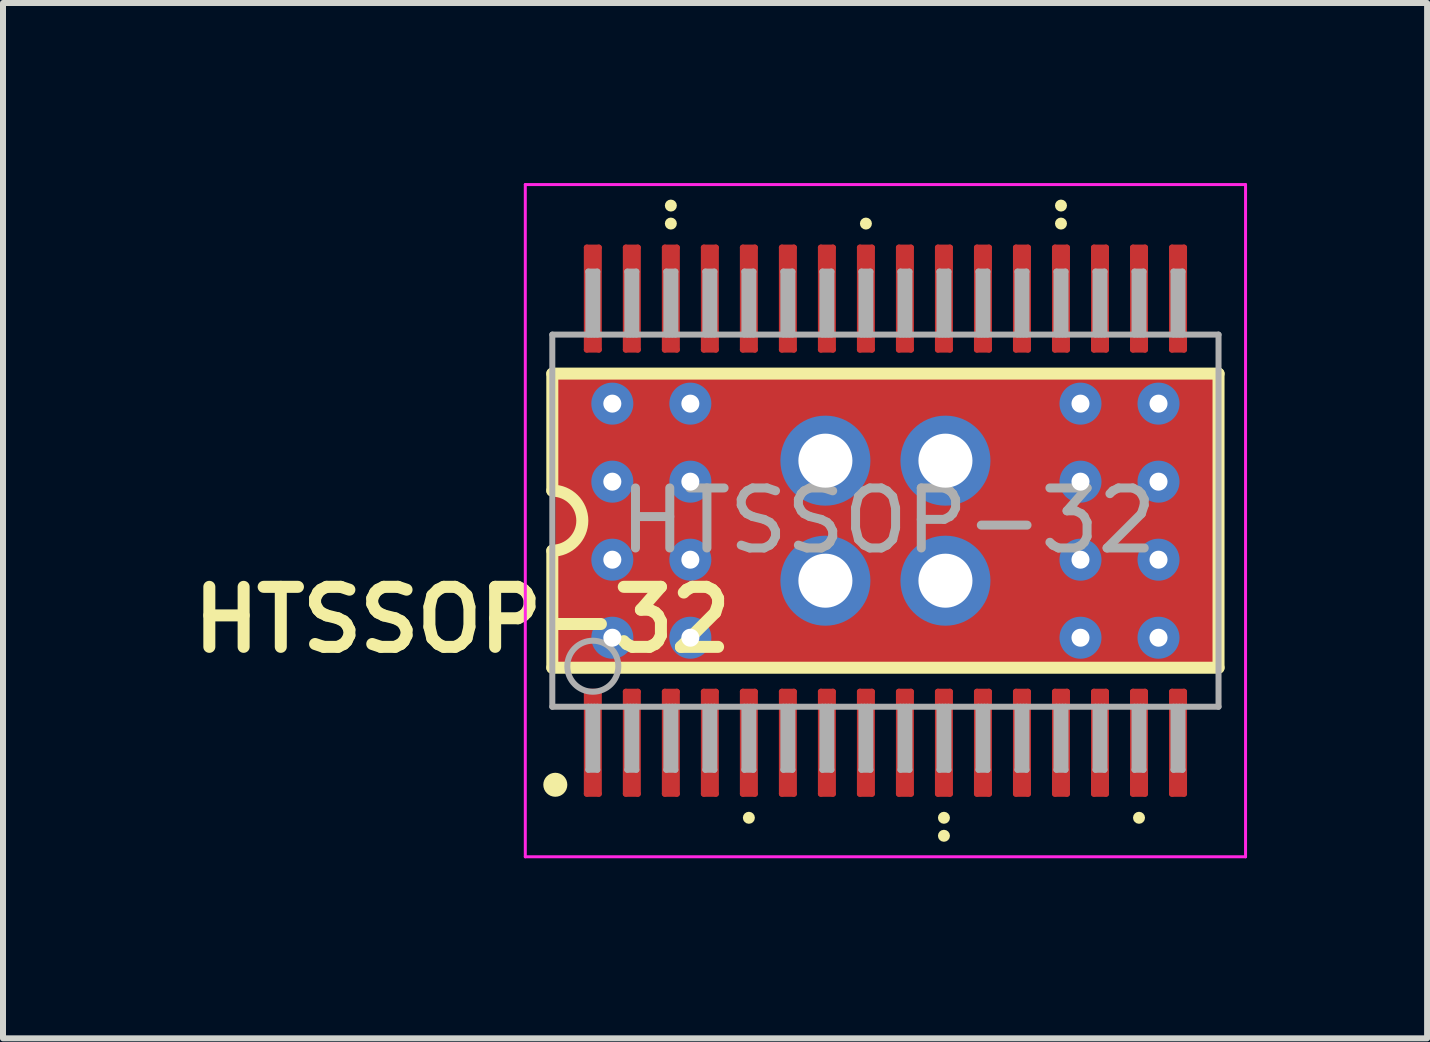
<source format=kicad_pcb>
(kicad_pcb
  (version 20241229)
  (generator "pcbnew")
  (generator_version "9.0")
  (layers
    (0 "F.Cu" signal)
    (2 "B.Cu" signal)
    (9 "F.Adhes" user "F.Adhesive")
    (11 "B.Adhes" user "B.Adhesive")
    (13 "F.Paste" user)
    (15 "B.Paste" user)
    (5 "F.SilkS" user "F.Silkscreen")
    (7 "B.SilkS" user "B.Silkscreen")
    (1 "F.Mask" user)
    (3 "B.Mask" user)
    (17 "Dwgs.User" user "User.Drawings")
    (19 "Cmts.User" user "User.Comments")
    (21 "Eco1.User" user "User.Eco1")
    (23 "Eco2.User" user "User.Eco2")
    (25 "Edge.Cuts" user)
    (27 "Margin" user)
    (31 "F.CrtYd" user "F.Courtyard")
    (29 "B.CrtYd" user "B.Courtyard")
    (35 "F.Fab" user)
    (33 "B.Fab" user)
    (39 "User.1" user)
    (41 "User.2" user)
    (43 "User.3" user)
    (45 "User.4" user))
  (footprint "HTSSOP-32"
    (layer "F.Cu")
    (at 11.702 5.625)
    (property "Reference" "HTSSOP-32" (at -7.05 1.65 0) (layer "F.SilkS") (effects (font (size 1 1) (thickness 0.2))))
    (attr through_hole)
    (fp_line (start -5.45 -2.45) (end -5.45 2.45) (stroke (width 0.1) (type solid)) (layer "F.Cu"))
    (fp_line (start -5.45 -2.45) (end 5.45 -2.45) (stroke (width 0.1) (type solid)) (layer "F.Cu"))
    (fp_line (start -5.45 2.45) (end 5.45 2.45) (stroke (width 0.1) (type solid)) (layer "F.Cu"))
    (fp_line (start -4.975 -4.55) (end -4.775 -4.55) (stroke (width 0.1) (type solid)) (layer "F.Cu"))
    (fp_line (start -4.975 -2.85) (end -4.975 -4.55) (stroke (width 0.1) (type solid)) (layer "F.Cu"))
    (fp_line (start -4.975 2.85) (end -4.775 2.85) (stroke (width 0.1) (type solid)) (layer "F.Cu"))
    (fp_line (start -4.975 4.55) (end -4.975 2.85) (stroke (width 0.1) (type solid)) (layer "F.Cu"))
    (fp_line (start -4.775 -4.55) (end -4.775 -2.85) (stroke (width 0.1) (type solid)) (layer "F.Cu"))
    (fp_line (start -4.775 -2.85) (end -4.975 -2.85) (stroke (width 0.1) (type solid)) (layer "F.Cu"))
    (fp_line (start -4.775 2.85) (end -4.775 4.55) (stroke (width 0.1) (type solid)) (layer "F.Cu"))
    (fp_line (start -4.775 4.55) (end -4.975 4.55) (stroke (width 0.1) (type solid)) (layer "F.Cu"))
    (fp_line (start -4.325 -4.55) (end -4.125 -4.55) (stroke (width 0.1) (type solid)) (layer "F.Cu"))
    (fp_line (start -4.325 -2.85) (end -4.325 -4.55) (stroke (width 0.1) (type solid)) (layer "F.Cu"))
    (fp_line (start -4.325 2.85) (end -4.125 2.85) (stroke (width 0.1) (type solid)) (layer "F.Cu"))
    (fp_line (start -4.325 4.55) (end -4.325 2.85) (stroke (width 0.1) (type solid)) (layer "F.Cu"))
    (fp_line (start -4.125 -4.55) (end -4.125 -2.85) (stroke (width 0.1) (type solid)) (layer "F.Cu"))
    (fp_line (start -4.125 -2.85) (end -4.325 -2.85) (stroke (width 0.1) (type solid)) (layer "F.Cu"))
    (fp_line (start -4.125 2.85) (end -4.125 4.55) (stroke (width 0.1) (type solid)) (layer "F.Cu"))
    (fp_line (start -4.125 4.55) (end -4.325 4.55) (stroke (width 0.1) (type solid)) (layer "F.Cu"))
    (fp_line (start -3.675 -4.55) (end -3.475 -4.55) (stroke (width 0.1) (type solid)) (layer "F.Cu"))
    (fp_line (start -3.675 -2.85) (end -3.675 -4.55) (stroke (width 0.1) (type solid)) (layer "F.Cu"))
    (fp_line (start -3.675 2.85) (end -3.475 2.85) (stroke (width 0.1) (type solid)) (layer "F.Cu"))
    (fp_line (start -3.675 4.55) (end -3.675 2.85) (stroke (width 0.1) (type solid)) (layer "F.Cu"))
    (fp_line (start -3.475 -4.55) (end -3.475 -2.85) (stroke (width 0.1) (type solid)) (layer "F.Cu"))
    (fp_line (start -3.475 -2.85) (end -3.675 -2.85) (stroke (width 0.1) (type solid)) (layer "F.Cu"))
    (fp_line (start -3.475 2.85) (end -3.475 4.55) (stroke (width 0.1) (type solid)) (layer "F.Cu"))
    (fp_line (start -3.475 4.55) (end -3.675 4.55) (stroke (width 0.1) (type solid)) (layer "F.Cu"))
    (fp_line (start -3.025 -4.55) (end -2.825 -4.55) (stroke (width 0.1) (type solid)) (layer "F.Cu"))
    (fp_line (start -3.025 -2.85) (end -3.025 -4.55) (stroke (width 0.1) (type solid)) (layer "F.Cu"))
    (fp_line (start -3.025 2.85) (end -2.825 2.85) (stroke (width 0.1) (type solid)) (layer "F.Cu"))
    (fp_line (start -3.025 4.55) (end -3.025 2.85) (stroke (width 0.1) (type solid)) (layer "F.Cu"))
    (fp_line (start -2.825 -4.55) (end -2.825 -2.85) (stroke (width 0.1) (type solid)) (layer "F.Cu"))
    (fp_line (start -2.825 -2.85) (end -3.025 -2.85) (stroke (width 0.1) (type solid)) (layer "F.Cu"))
    (fp_line (start -2.825 2.85) (end -2.825 4.55) (stroke (width 0.1) (type solid)) (layer "F.Cu"))
    (fp_line (start -2.825 4.55) (end -3.025 4.55) (stroke (width 0.1) (type solid)) (layer "F.Cu"))
    (fp_line (start -2.375 -4.55) (end -2.175 -4.55) (stroke (width 0.1) (type solid)) (layer "F.Cu"))
    (fp_line (start -2.375 -2.85) (end -2.375 -4.55) (stroke (width 0.1) (type solid)) (layer "F.Cu"))
    (fp_line (start -2.375 2.85) (end -2.175 2.85) (stroke (width 0.1) (type solid)) (layer "F.Cu"))
    (fp_line (start -2.375 4.55) (end -2.375 2.85) (stroke (width 0.1) (type solid)) (layer "F.Cu"))
    (fp_line (start -2.175 -4.55) (end -2.175 -2.85) (stroke (width 0.1) (type solid)) (layer "F.Cu"))
    (fp_line (start -2.175 -2.85) (end -2.375 -2.85) (stroke (width 0.1) (type solid)) (layer "F.Cu"))
    (fp_line (start -2.175 2.85) (end -2.175 4.55) (stroke (width 0.1) (type solid)) (layer "F.Cu"))
    (fp_line (start -2.175 4.55) (end -2.375 4.55) (stroke (width 0.1) (type solid)) (layer "F.Cu"))
    (fp_line (start -2 -2.1) (end 2 -2.1) (stroke (width 0.1) (type solid)) (layer "F.Cu"))
    (fp_line (start -2 2.1) (end -2 -2.1) (stroke (width 0.1) (type solid)) (layer "F.Cu"))
    (fp_line (start -1.725 -4.55) (end -1.525 -4.55) (stroke (width 0.1) (type solid)) (layer "F.Cu"))
    (fp_line (start -1.725 -2.85) (end -1.725 -4.55) (stroke (width 0.1) (type solid)) (layer "F.Cu"))
    (fp_line (start -1.725 2.85) (end -1.525 2.85) (stroke (width 0.1) (type solid)) (layer "F.Cu"))
    (fp_line (start -1.725 4.55) (end -1.725 2.85) (stroke (width 0.1) (type solid)) (layer "F.Cu"))
    (fp_line (start -1.525 -4.55) (end -1.525 -2.85) (stroke (width 0.1) (type solid)) (layer "F.Cu"))
    (fp_line (start -1.525 -2.85) (end -1.725 -2.85) (stroke (width 0.1) (type solid)) (layer "F.Cu"))
    (fp_line (start -1.525 2.85) (end -1.525 4.55) (stroke (width 0.1) (type solid)) (layer "F.Cu"))
    (fp_line (start -1.525 4.55) (end -1.725 4.55) (stroke (width 0.1) (type solid)) (layer "F.Cu"))
    (fp_line (start -1.075 -4.55) (end -0.875 -4.55) (stroke (width 0.1) (type solid)) (layer "F.Cu"))
    (fp_line (start -1.075 -2.85) (end -1.075 -4.55) (stroke (width 0.1) (type solid)) (layer "F.Cu"))
    (fp_line (start -1.075 2.85) (end -0.875 2.85) (stroke (width 0.1) (type solid)) (layer "F.Cu"))
    (fp_line (start -1.075 4.55) (end -1.075 2.85) (stroke (width 0.1) (type solid)) (layer "F.Cu"))
    (fp_line (start -0.875 -4.55) (end -0.875 -2.85) (stroke (width 0.1) (type solid)) (layer "F.Cu"))
    (fp_line (start -0.875 -2.85) (end -1.075 -2.85) (stroke (width 0.1) (type solid)) (layer "F.Cu"))
    (fp_line (start -0.875 2.85) (end -0.875 4.55) (stroke (width 0.1) (type solid)) (layer "F.Cu"))
    (fp_line (start -0.875 4.55) (end -1.075 4.55) (stroke (width 0.1) (type solid)) (layer "F.Cu"))
    (fp_line (start -0.425 -4.55) (end -0.225 -4.55) (stroke (width 0.1) (type solid)) (layer "F.Cu"))
    (fp_line (start -0.425 -2.85) (end -0.425 -4.55) (stroke (width 0.1) (type solid)) (layer "F.Cu"))
    (fp_line (start -0.425 2.85) (end -0.225 2.85) (stroke (width 0.1) (type solid)) (layer "F.Cu"))
    (fp_line (start -0.425 4.55) (end -0.425 2.85) (stroke (width 0.1) (type solid)) (layer "F.Cu"))
    (fp_line (start -0.225 -4.55) (end -0.225 -2.85) (stroke (width 0.1) (type solid)) (layer "F.Cu"))
    (fp_line (start -0.225 -2.85) (end -0.425 -2.85) (stroke (width 0.1) (type solid)) (layer "F.Cu"))
    (fp_line (start -0.225 2.85) (end -0.225 4.55) (stroke (width 0.1) (type solid)) (layer "F.Cu"))
    (fp_line (start -0.225 4.55) (end -0.425 4.55) (stroke (width 0.1) (type solid)) (layer "F.Cu"))
    (fp_line (start 0.225 -4.55) (end 0.425 -4.55) (stroke (width 0.1) (type solid)) (layer "F.Cu"))
    (fp_line (start 0.225 -2.85) (end 0.225 -4.55) (stroke (width 0.1) (type solid)) (layer "F.Cu"))
    (fp_line (start 0.225 2.85) (end 0.425 2.85) (stroke (width 0.1) (type solid)) (layer "F.Cu"))
    (fp_line (start 0.225 4.55) (end 0.225 2.85) (stroke (width 0.1) (type solid)) (layer "F.Cu"))
    (fp_line (start 0.425 -4.55) (end 0.425 -2.85) (stroke (width 0.1) (type solid)) (layer "F.Cu"))
    (fp_line (start 0.425 -2.85) (end 0.225 -2.85) (stroke (width 0.1) (type solid)) (layer "F.Cu"))
    (fp_line (start 0.425 2.85) (end 0.425 4.55) (stroke (width 0.1) (type solid)) (layer "F.Cu"))
    (fp_line (start 0.425 4.55) (end 0.225 4.55) (stroke (width 0.1) (type solid)) (layer "F.Cu"))
    (fp_line (start 0.875 -4.55) (end 1.075 -4.55) (stroke (width 0.1) (type solid)) (layer "F.Cu"))
    (fp_line (start 0.875 -2.85) (end 0.875 -4.55) (stroke (width 0.1) (type solid)) (layer "F.Cu"))
    (fp_line (start 0.875 2.85) (end 1.075 2.85) (stroke (width 0.1) (type solid)) (layer "F.Cu"))
    (fp_line (start 0.875 4.55) (end 0.875 2.85) (stroke (width 0.1) (type solid)) (layer "F.Cu"))
    (fp_line (start 1.075 -4.55) (end 1.075 -2.85) (stroke (width 0.1) (type solid)) (layer "F.Cu"))
    (fp_line (start 1.075 -2.85) (end 0.875 -2.85) (stroke (width 0.1) (type solid)) (layer "F.Cu"))
    (fp_line (start 1.075 2.85) (end 1.075 4.55) (stroke (width 0.1) (type solid)) (layer "F.Cu"))
    (fp_line (start 1.075 4.55) (end 0.875 4.55) (stroke (width 0.1) (type solid)) (layer "F.Cu"))
    (fp_line (start 1.525 -4.55) (end 1.725 -4.55) (stroke (width 0.1) (type solid)) (layer "F.Cu"))
    (fp_line (start 1.525 -2.85) (end 1.525 -4.55) (stroke (width 0.1) (type solid)) (layer "F.Cu"))
    (fp_line (start 1.525 2.85) (end 1.725 2.85) (stroke (width 0.1) (type solid)) (layer "F.Cu"))
    (fp_line (start 1.525 4.55) (end 1.525 2.85) (stroke (width 0.1) (type solid)) (layer "F.Cu"))
    (fp_line (start 1.725 -4.55) (end 1.725 -2.85) (stroke (width 0.1) (type solid)) (layer "F.Cu"))
    (fp_line (start 1.725 -2.85) (end 1.525 -2.85) (stroke (width 0.1) (type solid)) (layer "F.Cu"))
    (fp_line (start 1.725 2.85) (end 1.725 4.55) (stroke (width 0.1) (type solid)) (layer "F.Cu"))
    (fp_line (start 1.725 4.55) (end 1.525 4.55) (stroke (width 0.1) (type solid)) (layer "F.Cu"))
    (fp_line (start 2 -2.1) (end 2 2.1) (stroke (width 0.1) (type solid)) (layer "F.Cu"))
    (fp_line (start 2 2.1) (end -2 2.1) (stroke (width 0.1) (type solid)) (layer "F.Cu"))
    (fp_line (start 2.175 -4.55) (end 2.375 -4.55) (stroke (width 0.1) (type solid)) (layer "F.Cu"))
    (fp_line (start 2.175 -2.85) (end 2.175 -4.55) (stroke (width 0.1) (type solid)) (layer "F.Cu"))
    (fp_line (start 2.175 2.85) (end 2.375 2.85) (stroke (width 0.1) (type solid)) (layer "F.Cu"))
    (fp_line (start 2.175 4.55) (end 2.175 2.85) (stroke (width 0.1) (type solid)) (layer "F.Cu"))
    (fp_line (start 2.375 -4.55) (end 2.375 -2.85) (stroke (width 0.1) (type solid)) (layer "F.Cu"))
    (fp_line (start 2.375 -2.85) (end 2.175 -2.85) (stroke (width 0.1) (type solid)) (layer "F.Cu"))
    (fp_line (start 2.375 2.85) (end 2.375 4.55) (stroke (width 0.1) (type solid)) (layer "F.Cu"))
    (fp_line (start 2.375 4.55) (end 2.175 4.55) (stroke (width 0.1) (type solid)) (layer "F.Cu"))
    (fp_line (start 2.825 -4.55) (end 3.025 -4.55) (stroke (width 0.1) (type solid)) (layer "F.Cu"))
    (fp_line (start 2.825 -2.85) (end 2.825 -4.55) (stroke (width 0.1) (type solid)) (layer "F.Cu"))
    (fp_line (start 2.825 2.85) (end 3.025 2.85) (stroke (width 0.1) (type solid)) (layer "F.Cu"))
    (fp_line (start 2.825 4.55) (end 2.825 2.85) (stroke (width 0.1) (type solid)) (layer "F.Cu"))
    (fp_line (start 3.025 -4.55) (end 3.025 -2.85) (stroke (width 0.1) (type solid)) (layer "F.Cu"))
    (fp_line (start 3.025 -2.85) (end 2.825 -2.85) (stroke (width 0.1) (type solid)) (layer "F.Cu"))
    (fp_line (start 3.025 2.85) (end 3.025 4.55) (stroke (width 0.1) (type solid)) (layer "F.Cu"))
    (fp_line (start 3.025 4.55) (end 2.825 4.55) (stroke (width 0.1) (type solid)) (layer "F.Cu"))
    (fp_line (start 3.475 -4.55) (end 3.675 -4.55) (stroke (width 0.1) (type solid)) (layer "F.Cu"))
    (fp_line (start 3.475 -2.85) (end 3.475 -4.55) (stroke (width 0.1) (type solid)) (layer "F.Cu"))
    (fp_line (start 3.475 2.85) (end 3.675 2.85) (stroke (width 0.1) (type solid)) (layer "F.Cu"))
    (fp_line (start 3.475 4.55) (end 3.475 2.85) (stroke (width 0.1) (type solid)) (layer "F.Cu"))
    (fp_line (start 3.675 -4.55) (end 3.675 -2.85) (stroke (width 0.1) (type solid)) (layer "F.Cu"))
    (fp_line (start 3.675 -2.85) (end 3.475 -2.85) (stroke (width 0.1) (type solid)) (layer "F.Cu"))
    (fp_line (start 3.675 2.85) (end 3.675 4.55) (stroke (width 0.1) (type solid)) (layer "F.Cu"))
    (fp_line (start 3.675 4.55) (end 3.475 4.55) (stroke (width 0.1) (type solid)) (layer "F.Cu"))
    (fp_line (start 4.125 -4.55) (end 4.325 -4.55) (stroke (width 0.1) (type solid)) (layer "F.Cu"))
    (fp_line (start 4.125 -2.85) (end 4.125 -4.55) (stroke (width 0.1) (type solid)) (layer "F.Cu"))
    (fp_line (start 4.125 2.85) (end 4.325 2.85) (stroke (width 0.1) (type solid)) (layer "F.Cu"))
    (fp_line (start 4.125 4.55) (end 4.125 2.85) (stroke (width 0.1) (type solid)) (layer "F.Cu"))
    (fp_line (start 4.325 -4.55) (end 4.325 -2.85) (stroke (width 0.1) (type solid)) (layer "F.Cu"))
    (fp_line (start 4.325 -2.85) (end 4.125 -2.85) (stroke (width 0.1) (type solid)) (layer "F.Cu"))
    (fp_line (start 4.325 2.85) (end 4.325 4.55) (stroke (width 0.1) (type solid)) (layer "F.Cu"))
    (fp_line (start 4.325 4.55) (end 4.125 4.55) (stroke (width 0.1) (type solid)) (layer "F.Cu"))
    (fp_line (start 4.775 -4.55) (end 4.975 -4.55) (stroke (width 0.1) (type solid)) (layer "F.Cu"))
    (fp_line (start 4.775 -2.85) (end 4.775 -4.55) (stroke (width 0.1) (type solid)) (layer "F.Cu"))
    (fp_line (start 4.775 2.85) (end 4.975 2.85) (stroke (width 0.1) (type solid)) (layer "F.Cu"))
    (fp_line (start 4.775 4.55) (end 4.775 2.85) (stroke (width 0.1) (type solid)) (layer "F.Cu"))
    (fp_line (start 4.975 -4.55) (end 4.975 -2.85) (stroke (width 0.1) (type solid)) (layer "F.Cu"))
    (fp_line (start 4.975 -2.85) (end 4.775 -2.85) (stroke (width 0.1) (type solid)) (layer "F.Cu"))
    (fp_line (start 4.975 2.85) (end 4.975 4.55) (stroke (width 0.1) (type solid)) (layer "F.Cu"))
    (fp_line (start 4.975 4.55) (end 4.775 4.55) (stroke (width 0.1) (type solid)) (layer "F.Cu"))
    (fp_line (start 5.45 2.45) (end 5.45 -2.45) (stroke (width 0.1) (type solid)) (layer "F.Cu"))
    (fp_line (start -5.025 -2.8) (end -5.025 -4.6) (stroke (width 0.2) (type solid)) (layer "F.Mask"))
    (fp_line (start -5.025 4.6) (end -5.025 2.8) (stroke (width 0.2) (type solid)) (layer "F.Mask"))
    (fp_line (start -4.725 -4.6) (end -5.025 -4.6) (stroke (width 0.2) (type solid)) (layer "F.Mask"))
    (fp_line (start -4.725 -4.6) (end -4.725 -2.8) (stroke (width 0.2) (type solid)) (layer "F.Mask"))
    (fp_line (start -4.725 -2.8) (end -5.025 -2.8) (stroke (width 0.2) (type solid)) (layer "F.Mask"))
    (fp_line (start -4.725 2.8) (end -5.025 2.8) (stroke (width 0.2) (type solid)) (layer "F.Mask"))
    (fp_line (start -4.725 2.8) (end -4.725 4.6) (stroke (width 0.2) (type solid)) (layer "F.Mask"))
    (fp_line (start -4.725 4.6) (end -5.025 4.6) (stroke (width 0.2) (type solid)) (layer "F.Mask"))
    (fp_line (start -4.375 -2.8) (end -4.375 -4.6) (stroke (width 0.2) (type solid)) (layer "F.Mask"))
    (fp_line (start -4.375 4.6) (end -4.375 2.8) (stroke (width 0.2) (type solid)) (layer "F.Mask"))
    (fp_line (start -4.075 -4.6) (end -4.375 -4.6) (stroke (width 0.2) (type solid)) (layer "F.Mask"))
    (fp_line (start -4.075 -4.6) (end -4.075 -2.8) (stroke (width 0.2) (type solid)) (layer "F.Mask"))
    (fp_line (start -4.075 -2.8) (end -4.375 -2.8) (stroke (width 0.2) (type solid)) (layer "F.Mask"))
    (fp_line (start -4.075 2.8) (end -4.375 2.8) (stroke (width 0.2) (type solid)) (layer "F.Mask"))
    (fp_line (start -4.075 2.8) (end -4.075 4.6) (stroke (width 0.2) (type solid)) (layer "F.Mask"))
    (fp_line (start -4.075 4.6) (end -4.375 4.6) (stroke (width 0.2) (type solid)) (layer "F.Mask"))
    (fp_line (start -3.725 -2.8) (end -3.725 -4.6) (stroke (width 0.2) (type solid)) (layer "F.Mask"))
    (fp_line (start -3.725 4.6) (end -3.725 2.8) (stroke (width 0.2) (type solid)) (layer "F.Mask"))
    (fp_line (start -3.425 -4.6) (end -3.725 -4.6) (stroke (width 0.2) (type solid)) (layer "F.Mask"))
    (fp_line (start -3.425 -4.6) (end -3.425 -2.8) (stroke (width 0.2) (type solid)) (layer "F.Mask"))
    (fp_line (start -3.425 -2.8) (end -3.725 -2.8) (stroke (width 0.2) (type solid)) (layer "F.Mask"))
    (fp_line (start -3.425 2.8) (end -3.725 2.8) (stroke (width 0.2) (type solid)) (layer "F.Mask"))
    (fp_line (start -3.425 2.8) (end -3.425 4.6) (stroke (width 0.2) (type solid)) (layer "F.Mask"))
    (fp_line (start -3.425 4.6) (end -3.725 4.6) (stroke (width 0.2) (type solid)) (layer "F.Mask"))
    (fp_line (start -3.075 -2.8) (end -3.075 -4.6) (stroke (width 0.2) (type solid)) (layer "F.Mask"))
    (fp_line (start -3.075 4.6) (end -3.075 2.8) (stroke (width 0.2) (type solid)) (layer "F.Mask"))
    (fp_line (start -2.775 -4.6) (end -3.075 -4.6) (stroke (width 0.2) (type solid)) (layer "F.Mask"))
    (fp_line (start -2.775 -4.6) (end -2.775 -2.8) (stroke (width 0.2) (type solid)) (layer "F.Mask"))
    (fp_line (start -2.775 -2.8) (end -3.075 -2.8) (stroke (width 0.2) (type solid)) (layer "F.Mask"))
    (fp_line (start -2.775 2.8) (end -3.075 2.8) (stroke (width 0.2) (type solid)) (layer "F.Mask"))
    (fp_line (start -2.775 2.8) (end -2.775 4.6) (stroke (width 0.2) (type solid)) (layer "F.Mask"))
    (fp_line (start -2.775 4.6) (end -3.075 4.6) (stroke (width 0.2) (type solid)) (layer "F.Mask"))
    (fp_line (start -2.425 -2.8) (end -2.425 -4.6) (stroke (width 0.2) (type solid)) (layer "F.Mask"))
    (fp_line (start -2.425 4.6) (end -2.425 2.8) (stroke (width 0.2) (type solid)) (layer "F.Mask"))
    (fp_line (start -2.125 -4.6) (end -2.425 -4.6) (stroke (width 0.2) (type solid)) (layer "F.Mask"))
    (fp_line (start -2.125 -4.6) (end -2.125 -2.8) (stroke (width 0.2) (type solid)) (layer "F.Mask"))
    (fp_line (start -2.125 -2.8) (end -2.425 -2.8) (stroke (width 0.2) (type solid)) (layer "F.Mask"))
    (fp_line (start -2.125 2.8) (end -2.425 2.8) (stroke (width 0.2) (type solid)) (layer "F.Mask"))
    (fp_line (start -2.125 2.8) (end -2.125 4.6) (stroke (width 0.2) (type solid)) (layer "F.Mask"))
    (fp_line (start -2.125 4.6) (end -2.425 4.6) (stroke (width 0.2) (type solid)) (layer "F.Mask"))
    (fp_line (start -2 -2.1) (end 2 -2.1) (stroke (width 0.3) (type solid)) (layer "F.Mask"))
    (fp_line (start -2 2.1) (end -2 -2.1) (stroke (width 0.3) (type solid)) (layer "F.Mask"))
    (fp_line (start -1.775 -2.8) (end -1.775 -4.6) (stroke (width 0.2) (type solid)) (layer "F.Mask"))
    (fp_line (start -1.775 4.6) (end -1.775 2.8) (stroke (width 0.2) (type solid)) (layer "F.Mask"))
    (fp_line (start -1.475 -4.6) (end -1.775 -4.6) (stroke (width 0.2) (type solid)) (layer "F.Mask"))
    (fp_line (start -1.475 -4.6) (end -1.475 -2.8) (stroke (width 0.2) (type solid)) (layer "F.Mask"))
    (fp_line (start -1.475 -2.8) (end -1.775 -2.8) (stroke (width 0.2) (type solid)) (layer "F.Mask"))
    (fp_line (start -1.475 2.8) (end -1.775 2.8) (stroke (width 0.2) (type solid)) (layer "F.Mask"))
    (fp_line (start -1.475 2.8) (end -1.475 4.6) (stroke (width 0.2) (type solid)) (layer "F.Mask"))
    (fp_line (start -1.475 4.6) (end -1.775 4.6) (stroke (width 0.2) (type solid)) (layer "F.Mask"))
    (fp_line (start -1.125 -2.8) (end -1.125 -4.6) (stroke (width 0.2) (type solid)) (layer "F.Mask"))
    (fp_line (start -1.125 4.6) (end -1.125 2.8) (stroke (width 0.2) (type solid)) (layer "F.Mask"))
    (fp_line (start -0.825 -4.6) (end -1.125 -4.6) (stroke (width 0.2) (type solid)) (layer "F.Mask"))
    (fp_line (start -0.825 -4.6) (end -0.825 -2.8) (stroke (width 0.2) (type solid)) (layer "F.Mask"))
    (fp_line (start -0.825 -2.8) (end -1.125 -2.8) (stroke (width 0.2) (type solid)) (layer "F.Mask"))
    (fp_line (start -0.825 2.8) (end -1.125 2.8) (stroke (width 0.2) (type solid)) (layer "F.Mask"))
    (fp_line (start -0.825 2.8) (end -0.825 4.6) (stroke (width 0.2) (type solid)) (layer "F.Mask"))
    (fp_line (start -0.825 4.6) (end -1.125 4.6) (stroke (width 0.2) (type solid)) (layer "F.Mask"))
    (fp_line (start -0.475 -2.8) (end -0.475 -4.6) (stroke (width 0.2) (type solid)) (layer "F.Mask"))
    (fp_line (start -0.475 4.6) (end -0.475 2.8) (stroke (width 0.2) (type solid)) (layer "F.Mask"))
    (fp_line (start -0.175 -4.6) (end -0.475 -4.6) (stroke (width 0.2) (type solid)) (layer "F.Mask"))
    (fp_line (start -0.175 -4.6) (end -0.175 -2.8) (stroke (width 0.2) (type solid)) (layer "F.Mask"))
    (fp_line (start -0.175 -2.8) (end -0.475 -2.8) (stroke (width 0.2) (type solid)) (layer "F.Mask"))
    (fp_line (start -0.175 2.8) (end -0.475 2.8) (stroke (width 0.2) (type solid)) (layer "F.Mask"))
    (fp_line (start -0.175 2.8) (end -0.175 4.6) (stroke (width 0.2) (type solid)) (layer "F.Mask"))
    (fp_line (start -0.175 4.6) (end -0.475 4.6) (stroke (width 0.2) (type solid)) (layer "F.Mask"))
    (fp_line (start 0.175 -2.8) (end 0.175 -4.6) (stroke (width 0.2) (type solid)) (layer "F.Mask"))
    (fp_line (start 0.175 4.6) (end 0.175 2.8) (stroke (width 0.2) (type solid)) (layer "F.Mask"))
    (fp_line (start 0.475 -4.6) (end 0.175 -4.6) (stroke (width 0.2) (type solid)) (layer "F.Mask"))
    (fp_line (start 0.475 -4.6) (end 0.475 -2.8) (stroke (width 0.2) (type solid)) (layer "F.Mask"))
    (fp_line (start 0.475 -2.8) (end 0.175 -2.8) (stroke (width 0.2) (type solid)) (layer "F.Mask"))
    (fp_line (start 0.475 2.8) (end 0.175 2.8) (stroke (width 0.2) (type solid)) (layer "F.Mask"))
    (fp_line (start 0.475 2.8) (end 0.475 4.6) (stroke (width 0.2) (type solid)) (layer "F.Mask"))
    (fp_line (start 0.475 4.6) (end 0.175 4.6) (stroke (width 0.2) (type solid)) (layer "F.Mask"))
    (fp_line (start 0.825 -2.8) (end 0.825 -4.6) (stroke (width 0.2) (type solid)) (layer "F.Mask"))
    (fp_line (start 0.825 4.6) (end 0.825 2.8) (stroke (width 0.2) (type solid)) (layer "F.Mask"))
    (fp_line (start 1.125 -4.6) (end 0.825 -4.6) (stroke (width 0.2) (type solid)) (layer "F.Mask"))
    (fp_line (start 1.125 -4.6) (end 1.125 -2.8) (stroke (width 0.2) (type solid)) (layer "F.Mask"))
    (fp_line (start 1.125 -2.8) (end 0.825 -2.8) (stroke (width 0.2) (type solid)) (layer "F.Mask"))
    (fp_line (start 1.125 2.8) (end 0.825 2.8) (stroke (width 0.2) (type solid)) (layer "F.Mask"))
    (fp_line (start 1.125 2.8) (end 1.125 4.6) (stroke (width 0.2) (type solid)) (layer "F.Mask"))
    (fp_line (start 1.125 4.6) (end 0.825 4.6) (stroke (width 0.2) (type solid)) (layer "F.Mask"))
    (fp_line (start 1.475 -2.8) (end 1.475 -4.6) (stroke (width 0.2) (type solid)) (layer "F.Mask"))
    (fp_line (start 1.475 4.6) (end 1.475 2.8) (stroke (width 0.2) (type solid)) (layer "F.Mask"))
    (fp_line (start 1.775 -4.6) (end 1.475 -4.6) (stroke (width 0.2) (type solid)) (layer "F.Mask"))
    (fp_line (start 1.775 -4.6) (end 1.775 -2.8) (stroke (width 0.2) (type solid)) (layer "F.Mask"))
    (fp_line (start 1.775 -2.8) (end 1.475 -2.8) (stroke (width 0.2) (type solid)) (layer "F.Mask"))
    (fp_line (start 1.775 2.8) (end 1.475 2.8) (stroke (width 0.2) (type solid)) (layer "F.Mask"))
    (fp_line (start 1.775 2.8) (end 1.775 4.6) (stroke (width 0.2) (type solid)) (layer "F.Mask"))
    (fp_line (start 1.775 4.6) (end 1.475 4.6) (stroke (width 0.2) (type solid)) (layer "F.Mask"))
    (fp_line (start 2 -2.1) (end 2 2.1) (stroke (width 0.3) (type solid)) (layer "F.Mask"))
    (fp_line (start 2 2.1) (end -2 2.1) (stroke (width 0.3) (type solid)) (layer "F.Mask"))
    (fp_line (start 2.125 -2.8) (end 2.125 -4.6) (stroke (width 0.2) (type solid)) (layer "F.Mask"))
    (fp_line (start 2.125 4.6) (end 2.125 2.8) (stroke (width 0.2) (type solid)) (layer "F.Mask"))
    (fp_line (start 2.425 -4.6) (end 2.125 -4.6) (stroke (width 0.2) (type solid)) (layer "F.Mask"))
    (fp_line (start 2.425 -4.6) (end 2.425 -2.8) (stroke (width 0.2) (type solid)) (layer "F.Mask"))
    (fp_line (start 2.425 -2.8) (end 2.125 -2.8) (stroke (width 0.2) (type solid)) (layer "F.Mask"))
    (fp_line (start 2.425 2.8) (end 2.125 2.8) (stroke (width 0.2) (type solid)) (layer "F.Mask"))
    (fp_line (start 2.425 2.8) (end 2.425 4.6) (stroke (width 0.2) (type solid)) (layer "F.Mask"))
    (fp_line (start 2.425 4.6) (end 2.125 4.6) (stroke (width 0.2) (type solid)) (layer "F.Mask"))
    (fp_line (start 2.775 -2.8) (end 2.775 -4.6) (stroke (width 0.2) (type solid)) (layer "F.Mask"))
    (fp_line (start 2.775 4.6) (end 2.775 2.8) (stroke (width 0.2) (type solid)) (layer "F.Mask"))
    (fp_line (start 3.075 -4.6) (end 2.775 -4.6) (stroke (width 0.2) (type solid)) (layer "F.Mask"))
    (fp_line (start 3.075 -4.6) (end 3.075 -2.8) (stroke (width 0.2) (type solid)) (layer "F.Mask"))
    (fp_line (start 3.075 -2.8) (end 2.775 -2.8) (stroke (width 0.2) (type solid)) (layer "F.Mask"))
    (fp_line (start 3.075 2.8) (end 2.775 2.8) (stroke (width 0.2) (type solid)) (layer "F.Mask"))
    (fp_line (start 3.075 2.8) (end 3.075 4.6) (stroke (width 0.2) (type solid)) (layer "F.Mask"))
    (fp_line (start 3.075 4.6) (end 2.775 4.6) (stroke (width 0.2) (type solid)) (layer "F.Mask"))
    (fp_line (start 3.425 -2.8) (end 3.425 -4.6) (stroke (width 0.2) (type solid)) (layer "F.Mask"))
    (fp_line (start 3.425 4.6) (end 3.425 2.8) (stroke (width 0.2) (type solid)) (layer "F.Mask"))
    (fp_line (start 3.725 -4.6) (end 3.425 -4.6) (stroke (width 0.2) (type solid)) (layer "F.Mask"))
    (fp_line (start 3.725 -4.6) (end 3.725 -2.8) (stroke (width 0.2) (type solid)) (layer "F.Mask"))
    (fp_line (start 3.725 -2.8) (end 3.425 -2.8) (stroke (width 0.2) (type solid)) (layer "F.Mask"))
    (fp_line (start 3.725 2.8) (end 3.425 2.8) (stroke (width 0.2) (type solid)) (layer "F.Mask"))
    (fp_line (start 3.725 2.8) (end 3.725 4.6) (stroke (width 0.2) (type solid)) (layer "F.Mask"))
    (fp_line (start 3.725 4.6) (end 3.425 4.6) (stroke (width 0.2) (type solid)) (layer "F.Mask"))
    (fp_line (start 4.075 -2.8) (end 4.075 -4.6) (stroke (width 0.2) (type solid)) (layer "F.Mask"))
    (fp_line (start 4.075 4.6) (end 4.075 2.8) (stroke (width 0.2) (type solid)) (layer "F.Mask"))
    (fp_line (start 4.375 -4.6) (end 4.075 -4.6) (stroke (width 0.2) (type solid)) (layer "F.Mask"))
    (fp_line (start 4.375 -4.6) (end 4.375 -2.8) (stroke (width 0.2) (type solid)) (layer "F.Mask"))
    (fp_line (start 4.375 -2.8) (end 4.075 -2.8) (stroke (width 0.2) (type solid)) (layer "F.Mask"))
    (fp_line (start 4.375 2.8) (end 4.075 2.8) (stroke (width 0.2) (type solid)) (layer "F.Mask"))
    (fp_line (start 4.375 2.8) (end 4.375 4.6) (stroke (width 0.2) (type solid)) (layer "F.Mask"))
    (fp_line (start 4.375 4.6) (end 4.075 4.6) (stroke (width 0.2) (type solid)) (layer "F.Mask"))
    (fp_line (start 4.725 -2.8) (end 4.725 -4.6) (stroke (width 0.2) (type solid)) (layer "F.Mask"))
    (fp_line (start 4.725 4.6) (end 4.725 2.8) (stroke (width 0.2) (type solid)) (layer "F.Mask"))
    (fp_line (start 5.025 -4.6) (end 4.725 -4.6) (stroke (width 0.2) (type solid)) (layer "F.Mask"))
    (fp_line (start 5.025 -4.6) (end 5.025 -2.8) (stroke (width 0.2) (type solid)) (layer "F.Mask"))
    (fp_line (start 5.025 -2.8) (end 4.725 -2.8) (stroke (width 0.2) (type solid)) (layer "F.Mask"))
    (fp_line (start 5.025 2.8) (end 4.725 2.8) (stroke (width 0.2) (type solid)) (layer "F.Mask"))
    (fp_line (start 5.025 2.8) (end 5.025 4.6) (stroke (width 0.2) (type solid)) (layer "F.Mask"))
    (fp_line (start 5.025 4.6) (end 4.725 4.6) (stroke (width 0.2) (type solid)) (layer "F.Mask"))
    (fp_line (start -1.7 -1) (end -1.7 1) (stroke (width 0.3) (type solid)) (layer "B.Mask"))
    (fp_line (start -1.65 0.3) (end 1.6 0.3) (stroke (width 0.3) (type solid)) (layer "B.Mask"))
    (fp_line (start -1.6 -1) (end 1.6 -1) (stroke (width 0.3) (type solid)) (layer "B.Mask"))
    (fp_line (start -1.6 -0.6) (end 1.6 -0.6) (stroke (width 0.3) (type solid)) (layer "B.Mask"))
    (fp_line (start -1.6 -0.45) (end -1.6 -0.3) (stroke (width 0.3) (type solid)) (layer "B.Mask"))
    (fp_line (start -1.6 -0.3) (end 1.6 -0.3) (stroke (width 0.3) (type solid)) (layer "B.Mask"))
    (fp_line (start -1.6 -0.15) (end -1.6 0) (stroke (width 0.3) (type solid)) (layer "B.Mask"))
    (fp_line (start -1.6 0) (end 1.6 0) (stroke (width 0.3) (type solid)) (layer "B.Mask"))
    (fp_line (start -1.6 0.15) (end -1.65 0.3) (stroke (width 0.3) (type solid)) (layer "B.Mask"))
    (fp_line (start -1.6 0.45) (end -1.55 0.6) (stroke (width 0.3) (type solid)) (layer "B.Mask"))
    (fp_line (start -1.6 0.75) (end -1.6 0.9) (stroke (width 0.3) (type solid)) (layer "B.Mask"))
    (fp_line (start -1.6 0.9) (end 1.6 0.9) (stroke (width 0.3) (type solid)) (layer "B.Mask"))
    (fp_line (start -1.6 1) (end -1.6 -1) (stroke (width 0.3) (type solid)) (layer "B.Mask"))
    (fp_line (start -1.6 1) (end -1 1) (stroke (width 0.3) (type solid)) (layer "B.Mask"))
    (fp_line (start -1.55 -0.85) (end 1.6 -0.85) (stroke (width 0.3) (type solid)) (layer "B.Mask"))
    (fp_line (start -1.55 0.6) (end 1.6 0.6) (stroke (width 0.3) (type solid)) (layer "B.Mask"))
    (fp_line (start -1 -1.6) (end 1 -1.6) (stroke (width 0.3) (type solid)) (layer "B.Mask"))
    (fp_line (start -1 -1.35) (end 1 -1.35) (stroke (width 0.3) (type solid)) (layer "B.Mask"))
    (fp_line (start -1 -1.1) (end 0.95 -1.1) (stroke (width 0.3) (type solid)) (layer "B.Mask"))
    (fp_line (start -1 1) (end -1 1.15) (stroke (width 0.3) (type solid)) (layer "B.Mask"))
    (fp_line (start -1 1.15) (end 1 1.15) (stroke (width 0.3) (type solid)) (layer "B.Mask"))
    (fp_line (start -1 1.3) (end -1 1.4) (stroke (width 0.3) (type solid)) (layer "B.Mask"))
    (fp_line (start -1 1.4) (end 1 1.4) (stroke (width 0.3) (type solid)) (layer "B.Mask"))
    (fp_line (start -1 1.6) (end -1.6 1) (stroke (width 0.3) (type solid)) (layer "B.Mask"))
    (fp_line (start -1 1.7) (end 1 1.7) (stroke (width 0.3) (type solid)) (layer "B.Mask"))
    (fp_line (start 1 -1.7) (end -1 -1.7) (stroke (width 0.3) (type solid)) (layer "B.Mask"))
    (fp_line (start 1 1.15) (end 1 1.3) (stroke (width 0.3) (type solid)) (layer "B.Mask"))
    (fp_line (start 1 1.3) (end -1 1.3) (stroke (width 0.3) (type solid)) (layer "B.Mask"))
    (fp_line (start 1 1.6) (end -1 1.6) (stroke (width 0.3) (type solid)) (layer "B.Mask"))
    (fp_line (start 1.6 -1) (end 1.6 1) (stroke (width 0.3) (type solid)) (layer "B.Mask"))
    (fp_line (start 1.6 -0.6) (end 1.6 -0.45) (stroke (width 0.3) (type solid)) (layer "B.Mask"))
    (fp_line (start 1.6 -0.45) (end -1.6 -0.45) (stroke (width 0.3) (type solid)) (layer "B.Mask"))
    (fp_line (start 1.6 -0.3) (end 1.6 -0.15) (stroke (width 0.3) (type solid)) (layer "B.Mask"))
    (fp_line (start 1.6 -0.15) (end -1.6 -0.15) (stroke (width 0.3) (type solid)) (layer "B.Mask"))
    (fp_line (start 1.6 0) (end 1.6 0.15) (stroke (width 0.3) (type solid)) (layer "B.Mask"))
    (fp_line (start 1.6 0.15) (end -1.6 0.15) (stroke (width 0.3) (type solid)) (layer "B.Mask"))
    (fp_line (start 1.6 0.3) (end 1.6 0.45) (stroke (width 0.3) (type solid)) (layer "B.Mask"))
    (fp_line (start 1.6 0.45) (end -1.6 0.45) (stroke (width 0.3) (type solid)) (layer "B.Mask"))
    (fp_line (start 1.6 0.6) (end 1.6 0.75) (stroke (width 0.3) (type solid)) (layer "B.Mask"))
    (fp_line (start 1.6 0.75) (end -1.6 0.75) (stroke (width 0.3) (type solid)) (layer "B.Mask"))
    (fp_line (start 1.6 0.9) (end 1.6 1) (stroke (width 0.3) (type solid)) (layer "B.Mask"))
    (fp_line (start 1.6 1) (end -1.6 1) (stroke (width 0.3) (type solid)) (layer "B.Mask"))
    (fp_line (start 1.6 1) (end 1 1.6) (stroke (width 0.3) (type solid)) (layer "B.Mask"))
    (fp_line (start 1.7 1) (end 1.7 -1) (stroke (width 0.3) (type solid)) (layer "B.Mask"))
    (fp_arc (start -1.7 -0.95) (mid -1.53033 -1.459619) (end -1.05 -1.7) (stroke (width 0.3) (type solid)) (layer "B.Mask"))
    (fp_arc (start -1 1.7) (mid -1.494975 1.494975) (end -1.7 1) (stroke (width 0.3) (type solid)) (layer "B.Mask"))
    (fp_arc (start 1 -1.7) (mid 1.494975 -1.494975) (end 1.7 -1) (stroke (width 0.3) (type solid)) (layer "B.Mask"))
    (fp_arc (start 1.7 1) (mid 1.494975 1.494975) (end 1 1.7) (stroke (width 0.3) (type solid)) (layer "B.Mask"))
    (fp_line (start -5.55 -2.45) (end 5.55 -2.45) (stroke (width 0.2) (type solid)) (layer "F.SilkS"))
    (fp_line (start -5.55 -0.5) (end -5.55 -2.45) (stroke (width 0.2) (type solid)) (layer "F.SilkS"))
    (fp_line (start -5.55 2.45) (end -5.55 0.5) (stroke (width 0.2) (type solid)) (layer "F.SilkS"))
    (fp_line (start 5.55 -2.45) (end 5.55 2.45) (stroke (width 0.2) (type solid)) (layer "F.SilkS"))
    (fp_line (start 5.55 2.45) (end -5.55 2.45) (stroke (width 0.2) (type solid)) (layer "F.SilkS"))
    (fp_arc (start -5.55 -0.5) (mid -5.05 0) (end -5.55 0.5) (stroke (width 0.2) (type solid)) (layer "F.SilkS"))
    (fp_circle (center -5.5 4.4) (end -5.4 4.4) (stroke (width 0.2) (type solid)) (fill no) (layer "F.SilkS"))
    (fp_circle (center -3.575 -5.25) (end -3.525 -5.25) (stroke (width 0.1) (type solid)) (fill no) (layer "F.SilkS"))
    (fp_circle (center -3.575 -4.95) (end -3.525 -4.95) (stroke (width 0.1) (type solid)) (fill no) (layer "F.SilkS"))
    (fp_circle (center -2.275 4.95) (end -2.225 4.95) (stroke (width 0.1) (type solid)) (fill no) (layer "F.SilkS"))
    (fp_circle (center -0.325 -4.95) (end -0.275 -4.95) (stroke (width 0.1) (type solid)) (fill no) (layer "F.SilkS"))
    (fp_circle (center 0.975 4.95) (end 1.025 4.95) (stroke (width 0.1) (type solid)) (fill no) (layer "F.SilkS"))
    (fp_circle (center 0.975 5.25) (end 1.025 5.25) (stroke (width 0.1) (type solid)) (fill no) (layer "F.SilkS"))
    (fp_circle (center 2.925 -5.25) (end 2.975 -5.25) (stroke (width 0.1) (type solid)) (fill no) (layer "F.SilkS"))
    (fp_circle (center 2.925 -4.95) (end 2.975 -4.95) (stroke (width 0.1) (type solid)) (fill no) (layer "F.SilkS"))
    (fp_circle (center 4.225 4.95) (end 4.275 4.95) (stroke (width 0.1) (type solid)) (fill no) (layer "F.SilkS"))
    (fp_line (start -4.975 -4.55) (end -4.975 -2.85) (stroke (width 0.05) (type solid)) (layer "F.Paste"))
    (fp_line (start -4.975 -2.85) (end -4.775 -2.85) (stroke (width 0.05) (type solid)) (layer "F.Paste"))
    (fp_line (start -4.975 2.85) (end -4.975 4.55) (stroke (width 0.05) (type solid)) (layer "F.Paste"))
    (fp_line (start -4.975 4.55) (end -4.775 4.55) (stroke (width 0.05) (type solid)) (layer "F.Paste"))
    (fp_line (start -4.775 -4.55) (end -4.975 -4.55) (stroke (width 0.05) (type solid)) (layer "F.Paste"))
    (fp_line (start -4.775 -2.85) (end -4.775 -4.55) (stroke (width 0.05) (type solid)) (layer "F.Paste"))
    (fp_line (start -4.775 2.85) (end -4.975 2.85) (stroke (width 0.05) (type solid)) (layer "F.Paste"))
    (fp_line (start -4.775 4.55) (end -4.775 2.85) (stroke (width 0.05) (type solid)) (layer "F.Paste"))
    (fp_line (start -4.325 -4.55) (end -4.325 -2.85) (stroke (width 0.05) (type solid)) (layer "F.Paste"))
    (fp_line (start -4.325 -2.85) (end -4.125 -2.85) (stroke (width 0.05) (type solid)) (layer "F.Paste"))
    (fp_line (start -4.325 2.85) (end -4.325 4.55) (stroke (width 0.05) (type solid)) (layer "F.Paste"))
    (fp_line (start -4.325 4.55) (end -4.125 4.55) (stroke (width 0.05) (type solid)) (layer "F.Paste"))
    (fp_line (start -4.125 -4.55) (end -4.325 -4.55) (stroke (width 0.05) (type solid)) (layer "F.Paste"))
    (fp_line (start -4.125 -2.85) (end -4.125 -4.55) (stroke (width 0.05) (type solid)) (layer "F.Paste"))
    (fp_line (start -4.125 2.85) (end -4.325 2.85) (stroke (width 0.05) (type solid)) (layer "F.Paste"))
    (fp_line (start -4.125 4.55) (end -4.125 2.85) (stroke (width 0.05) (type solid)) (layer "F.Paste"))
    (fp_line (start -3.675 -4.55) (end -3.675 -2.85) (stroke (width 0.05) (type solid)) (layer "F.Paste"))
    (fp_line (start -3.675 -2.85) (end -3.475 -2.85) (stroke (width 0.05) (type solid)) (layer "F.Paste"))
    (fp_line (start -3.675 2.85) (end -3.675 4.55) (stroke (width 0.05) (type solid)) (layer "F.Paste"))
    (fp_line (start -3.675 4.55) (end -3.475 4.55) (stroke (width 0.05) (type solid)) (layer "F.Paste"))
    (fp_line (start -3.475 -4.55) (end -3.675 -4.55) (stroke (width 0.05) (type solid)) (layer "F.Paste"))
    (fp_line (start -3.475 -2.85) (end -3.475 -4.55) (stroke (width 0.05) (type solid)) (layer "F.Paste"))
    (fp_line (start -3.475 2.85) (end -3.675 2.85) (stroke (width 0.05) (type solid)) (layer "F.Paste"))
    (fp_line (start -3.475 4.55) (end -3.475 2.85) (stroke (width 0.05) (type solid)) (layer "F.Paste"))
    (fp_line (start -3.025 -4.55) (end -3.025 -2.85) (stroke (width 0.05) (type solid)) (layer "F.Paste"))
    (fp_line (start -3.025 -2.85) (end -2.825 -2.85) (stroke (width 0.05) (type solid)) (layer "F.Paste"))
    (fp_line (start -3.025 2.85) (end -3.025 4.55) (stroke (width 0.05) (type solid)) (layer "F.Paste"))
    (fp_line (start -3.025 4.55) (end -2.825 4.55) (stroke (width 0.05) (type solid)) (layer "F.Paste"))
    (fp_line (start -2.825 -4.55) (end -3.025 -4.55) (stroke (width 0.05) (type solid)) (layer "F.Paste"))
    (fp_line (start -2.825 -2.85) (end -2.825 -4.55) (stroke (width 0.05) (type solid)) (layer "F.Paste"))
    (fp_line (start -2.825 2.85) (end -3.025 2.85) (stroke (width 0.05) (type solid)) (layer "F.Paste"))
    (fp_line (start -2.825 4.55) (end -2.825 2.85) (stroke (width 0.05) (type solid)) (layer "F.Paste"))
    (fp_line (start -2.375 -4.55) (end -2.375 -2.85) (stroke (width 0.05) (type solid)) (layer "F.Paste"))
    (fp_line (start -2.375 -2.85) (end -2.175 -2.85) (stroke (width 0.05) (type solid)) (layer "F.Paste"))
    (fp_line (start -2.375 2.85) (end -2.375 4.55) (stroke (width 0.05) (type solid)) (layer "F.Paste"))
    (fp_line (start -2.375 4.55) (end -2.175 4.55) (stroke (width 0.05) (type solid)) (layer "F.Paste"))
    (fp_line (start -2.175 -4.55) (end -2.375 -4.55) (stroke (width 0.05) (type solid)) (layer "F.Paste"))
    (fp_line (start -2.175 -2.85) (end -2.175 -4.55) (stroke (width 0.05) (type solid)) (layer "F.Paste"))
    (fp_line (start -2.175 2.85) (end -2.375 2.85) (stroke (width 0.05) (type solid)) (layer "F.Paste"))
    (fp_line (start -2.175 4.55) (end -2.175 2.85) (stroke (width 0.05) (type solid)) (layer "F.Paste"))
    (fp_line (start -1.8 -1.9) (end -0.25 -1.9) (stroke (width 0.1) (type solid)) (layer "F.Paste"))
    (fp_line (start -1.8 -0.25) (end -1.8 -1.9) (stroke (width 0.1) (type solid)) (layer "F.Paste"))
    (fp_line (start -1.8 0.25) (end -0.25 0.25) (stroke (width 0.1) (type solid)) (layer "F.Paste"))
    (fp_line (start -1.8 1.9) (end -1.8 0.25) (stroke (width 0.1) (type solid)) (layer "F.Paste"))
    (fp_line (start -1.75 -1.9) (end -1.75 -0.3) (stroke (width 0.1) (type solid)) (layer "F.Paste"))
    (fp_line (start -1.75 -0.3) (end -1.7 -0.3) (stroke (width 0.1) (type solid)) (layer "F.Paste"))
    (fp_line (start -1.75 1.9) (end -1.75 0.3) (stroke (width 0.1) (type solid)) (layer "F.Paste"))
    (fp_line (start -1.725 -4.55) (end -1.725 -2.85) (stroke (width 0.05) (type solid)) (layer "F.Paste"))
    (fp_line (start -1.725 -2.85) (end -1.525 -2.85) (stroke (width 0.05) (type solid)) (layer "F.Paste"))
    (fp_line (start -1.725 2.85) (end -1.725 4.55) (stroke (width 0.05) (type solid)) (layer "F.Paste"))
    (fp_line (start -1.725 4.55) (end -1.525 4.55) (stroke (width 0.05) (type solid)) (layer "F.Paste"))
    (fp_line (start -1.7 -1.85) (end -1.65 -1.85) (stroke (width 0.1) (type solid)) (layer "F.Paste"))
    (fp_line (start -1.7 -0.3) (end -1.7 -1.85) (stroke (width 0.1) (type solid)) (layer "F.Paste"))
    (fp_line (start -1.7 0.3) (end -1.7 1.9) (stroke (width 0.1) (type solid)) (layer "F.Paste"))
    (fp_line (start -1.7 1.9) (end -1.75 1.9) (stroke (width 0.1) (type solid)) (layer "F.Paste"))
    (fp_line (start -1.65 -1.85) (end -1.65 -0.3) (stroke (width 0.1) (type solid)) (layer "F.Paste"))
    (fp_line (start -1.65 -0.3) (end -1.6 -0.3) (stroke (width 0.1) (type solid)) (layer "F.Paste"))
    (fp_line (start -1.65 0.3) (end -1.7 0.3) (stroke (width 0.1) (type solid)) (layer "F.Paste"))
    (fp_line (start -1.65 1.85) (end -1.65 0.3) (stroke (width 0.1) (type solid)) (layer "F.Paste"))
    (fp_line (start -1.6 -1.85) (end -1.55 -1.85) (stroke (width 0.1) (type solid)) (layer "F.Paste"))
    (fp_line (start -1.6 -0.3) (end -1.6 -1.85) (stroke (width 0.1) (type solid)) (layer "F.Paste"))
    (fp_line (start -1.6 0.3) (end -1.6 1.85) (stroke (width 0.1) (type solid)) (layer "F.Paste"))
    (fp_line (start -1.6 1.85) (end -1.65 1.85) (stroke (width 0.1) (type solid)) (layer "F.Paste"))
    (fp_line (start -1.55 -1.85) (end -1.55 -0.3) (stroke (width 0.1) (type solid)) (layer "F.Paste"))
    (fp_line (start -1.55 -0.3) (end -1.5 -0.3) (stroke (width 0.1) (type solid)) (layer "F.Paste"))
    (fp_line (start -1.55 0.3) (end -1.6 0.3) (stroke (width 0.1) (type solid)) (layer "F.Paste"))
    (fp_line (start -1.55 1.85) (end -1.55 0.3) (stroke (width 0.1) (type solid)) (layer "F.Paste"))
    (fp_line (start -1.525 -4.55) (end -1.725 -4.55) (stroke (width 0.05) (type solid)) (layer "F.Paste"))
    (fp_line (start -1.525 -2.85) (end -1.525 -4.55) (stroke (width 0.05) (type solid)) (layer "F.Paste"))
    (fp_line (start -1.525 2.85) (end -1.725 2.85) (stroke (width 0.05) (type solid)) (layer "F.Paste"))
    (fp_line (start -1.525 4.55) (end -1.525 2.85) (stroke (width 0.05) (type solid)) (layer "F.Paste"))
    (fp_line (start -1.5 -1.85) (end -1.45 -1.85) (stroke (width 0.1) (type solid)) (layer "F.Paste"))
    (fp_line (start -1.5 -0.3) (end -1.5 -1.85) (stroke (width 0.1) (type solid)) (layer "F.Paste"))
    (fp_line (start -1.5 0.3) (end -1.5 1.85) (stroke (width 0.1) (type solid)) (layer "F.Paste"))
    (fp_line (start -1.5 1.85) (end -1.55 1.85) (stroke (width 0.1) (type solid)) (layer "F.Paste"))
    (fp_line (start -1.45 -1.85) (end -1.45 -0.3) (stroke (width 0.1) (type solid)) (layer "F.Paste"))
    (fp_line (start -1.45 -0.3) (end -1.4 -0.3) (stroke (width 0.1) (type solid)) (layer "F.Paste"))
    (fp_line (start -1.45 0.3) (end -1.5 0.3) (stroke (width 0.1) (type solid)) (layer "F.Paste"))
    (fp_line (start -1.45 1.85) (end -1.45 0.3) (stroke (width 0.1) (type solid)) (layer "F.Paste"))
    (fp_line (start -1.4 -1.85) (end -1.35 -1.85) (stroke (width 0.1) (type solid)) (layer "F.Paste"))
    (fp_line (start -1.4 -0.3) (end -1.4 -1.85) (stroke (width 0.1) (type solid)) (layer "F.Paste"))
    (fp_line (start -1.4 0.3) (end -1.4 1.85) (stroke (width 0.1) (type solid)) (layer "F.Paste"))
    (fp_line (start -1.4 1.85) (end -1.45 1.85) (stroke (width 0.1) (type solid)) (layer "F.Paste"))
    (fp_line (start -1.35 -1.85) (end -1.35 -0.3) (stroke (width 0.1) (type solid)) (layer "F.Paste"))
    (fp_line (start -1.35 -0.3) (end -1.3 -0.3) (stroke (width 0.1) (type solid)) (layer "F.Paste"))
    (fp_line (start -1.35 0.3) (end -1.4 0.3) (stroke (width 0.1) (type solid)) (layer "F.Paste"))
    (fp_line (start -1.35 1.85) (end -1.35 0.3) (stroke (width 0.1) (type solid)) (layer "F.Paste"))
    (fp_line (start -1.3 -1.85) (end -1.25 -1.85) (stroke (width 0.1) (type solid)) (layer "F.Paste"))
    (fp_line (start -1.3 -0.3) (end -1.3 -1.85) (stroke (width 0.1) (type solid)) (layer "F.Paste"))
    (fp_line (start -1.3 0.3) (end -1.3 1.85) (stroke (width 0.1) (type solid)) (layer "F.Paste"))
    (fp_line (start -1.3 1.85) (end -1.35 1.85) (stroke (width 0.1) (type solid)) (layer "F.Paste"))
    (fp_line (start -1.25 -1.85) (end -1.25 -0.3) (stroke (width 0.1) (type solid)) (layer "F.Paste"))
    (fp_line (start -1.25 -0.3) (end -1.2 -0.3) (stroke (width 0.1) (type solid)) (layer "F.Paste"))
    (fp_line (start -1.25 0.3) (end -1.3 0.3) (stroke (width 0.1) (type solid)) (layer "F.Paste"))
    (fp_line (start -1.25 1.85) (end -1.25 0.3) (stroke (width 0.1) (type solid)) (layer "F.Paste"))
    (fp_line (start -1.2 -1.85) (end -1.15 -1.85) (stroke (width 0.1) (type solid)) (layer "F.Paste"))
    (fp_line (start -1.2 -0.3) (end -1.2 -1.85) (stroke (width 0.1) (type solid)) (layer "F.Paste"))
    (fp_line (start -1.2 0.3) (end -1.2 1.85) (stroke (width 0.1) (type solid)) (layer "F.Paste"))
    (fp_line (start -1.2 1.85) (end -1.25 1.85) (stroke (width 0.1) (type solid)) (layer "F.Paste"))
    (fp_line (start -1.15 -1.85) (end -1.15 -0.3) (stroke (width 0.1) (type solid)) (layer "F.Paste"))
    (fp_line (start -1.15 -0.3) (end -1.1 -0.3) (stroke (width 0.1) (type solid)) (layer "F.Paste"))
    (fp_line (start -1.15 0.3) (end -1.2 0.3) (stroke (width 0.1) (type solid)) (layer "F.Paste"))
    (fp_line (start -1.15 1.85) (end -1.15 0.3) (stroke (width 0.1) (type solid)) (layer "F.Paste"))
    (fp_line (start -1.1 -1.9) (end -1.05 -1.9) (stroke (width 0.1) (type solid)) (layer "F.Paste"))
    (fp_line (start -1.1 -0.3) (end -1.1 -1.9) (stroke (width 0.1) (type solid)) (layer "F.Paste"))
    (fp_line (start -1.1 0.3) (end -1.1 1.85) (stroke (width 0.1) (type solid)) (layer "F.Paste"))
    (fp_line (start -1.1 1.85) (end -1.15 1.85) (stroke (width 0.1) (type solid)) (layer "F.Paste"))
    (fp_line (start -1.075 -4.55) (end -1.075 -2.85) (stroke (width 0.05) (type solid)) (layer "F.Paste"))
    (fp_line (start -1.075 -2.85) (end -0.875 -2.85) (stroke (width 0.05) (type solid)) (layer "F.Paste"))
    (fp_line (start -1.075 2.85) (end -1.075 4.55) (stroke (width 0.05) (type solid)) (layer "F.Paste"))
    (fp_line (start -1.075 4.55) (end -0.875 4.55) (stroke (width 0.05) (type solid)) (layer "F.Paste"))
    (fp_line (start -1.05 -1.9) (end -1.05 -0.3) (stroke (width 0.1) (type solid)) (layer "F.Paste"))
    (fp_line (start -1.05 0.3) (end -1.1 0.3) (stroke (width 0.1) (type solid)) (layer "F.Paste"))
    (fp_line (start -1.05 1.9) (end -1.05 0.3) (stroke (width 0.1) (type solid)) (layer "F.Paste"))
    (fp_line (start -1 -1.9) (end -1 -0.3) (stroke (width 0.1) (type solid)) (layer "F.Paste"))
    (fp_line (start -1 -0.3) (end -0.95 -0.3) (stroke (width 0.1) (type solid)) (layer "F.Paste"))
    (fp_line (start -1 1.9) (end -1 0.3) (stroke (width 0.1) (type solid)) (layer "F.Paste"))
    (fp_line (start -0.95 -1.85) (end -0.9 -1.85) (stroke (width 0.1) (type solid)) (layer "F.Paste"))
    (fp_line (start -0.95 -0.3) (end -0.95 -1.85) (stroke (width 0.1) (type solid)) (layer "F.Paste"))
    (fp_line (start -0.95 0.3) (end -0.95 1.9) (stroke (width 0.1) (type solid)) (layer "F.Paste"))
    (fp_line (start -0.95 1.9) (end -1 1.9) (stroke (width 0.1) (type solid)) (layer "F.Paste"))
    (fp_line (start -0.9 -1.85) (end -0.9 -0.3) (stroke (width 0.1) (type solid)) (layer "F.Paste"))
    (fp_line (start -0.9 -0.3) (end -0.85 -0.3) (stroke (width 0.1) (type solid)) (layer "F.Paste"))
    (fp_line (start -0.9 0.3) (end -0.95 0.3) (stroke (width 0.1) (type solid)) (layer "F.Paste"))
    (fp_line (start -0.9 1.85) (end -0.9 0.3) (stroke (width 0.1) (type solid)) (layer "F.Paste"))
    (fp_line (start -0.875 -4.55) (end -1.075 -4.55) (stroke (width 0.05) (type solid)) (layer "F.Paste"))
    (fp_line (start -0.875 -2.85) (end -0.875 -4.55) (stroke (width 0.05) (type solid)) (layer "F.Paste"))
    (fp_line (start -0.875 2.85) (end -1.075 2.85) (stroke (width 0.05) (type solid)) (layer "F.Paste"))
    (fp_line (start -0.875 4.55) (end -0.875 2.85) (stroke (width 0.05) (type solid)) (layer "F.Paste"))
    (fp_line (start -0.85 -1.85) (end -0.8 -1.85) (stroke (width 0.1) (type solid)) (layer "F.Paste"))
    (fp_line (start -0.85 -0.3) (end -0.85 -1.85) (stroke (width 0.1) (type solid)) (layer "F.Paste"))
    (fp_line (start -0.85 0.3) (end -0.85 1.85) (stroke (width 0.1) (type solid)) (layer "F.Paste"))
    (fp_line (start -0.85 1.85) (end -0.9 1.85) (stroke (width 0.1) (type solid)) (layer "F.Paste"))
    (fp_line (start -0.8 -1.85) (end -0.8 -0.3) (stroke (width 0.1) (type solid)) (layer "F.Paste"))
    (fp_line (start -0.8 -0.3) (end -0.75 -0.3) (stroke (width 0.1) (type solid)) (layer "F.Paste"))
    (fp_line (start -0.8 0.3) (end -0.85 0.3) (stroke (width 0.1) (type solid)) (layer "F.Paste"))
    (fp_line (start -0.8 1.85) (end -0.8 0.3) (stroke (width 0.1) (type solid)) (layer "F.Paste"))
    (fp_line (start -0.75 -1.85) (end -0.7 -1.85) (stroke (width 0.1) (type solid)) (layer "F.Paste"))
    (fp_line (start -0.75 -0.3) (end -0.75 -1.85) (stroke (width 0.1) (type solid)) (layer "F.Paste"))
    (fp_line (start -0.75 0.3) (end -0.75 1.85) (stroke (width 0.1) (type solid)) (layer "F.Paste"))
    (fp_line (start -0.75 1.85) (end -0.8 1.85) (stroke (width 0.1) (type solid)) (layer "F.Paste"))
    (fp_line (start -0.7 -1.85) (end -0.7 -0.3) (stroke (width 0.1) (type solid)) (layer "F.Paste"))
    (fp_line (start -0.7 -0.3) (end -0.65 -0.3) (stroke (width 0.1) (type solid)) (layer "F.Paste"))
    (fp_line (start -0.7 0.3) (end -0.75 0.3) (stroke (width 0.1) (type solid)) (layer "F.Paste"))
    (fp_line (start -0.7 1.85) (end -0.7 0.3) (stroke (width 0.1) (type solid)) (layer "F.Paste"))
    (fp_line (start -0.65 -1.85) (end -0.6 -1.85) (stroke (width 0.1) (type solid)) (layer "F.Paste"))
    (fp_line (start -0.65 -0.3) (end -0.65 -1.85) (stroke (width 0.1) (type solid)) (layer "F.Paste"))
    (fp_line (start -0.65 0.3) (end -0.65 1.85) (stroke (width 0.1) (type solid)) (layer "F.Paste"))
    (fp_line (start -0.65 1.85) (end -0.7 1.85) (stroke (width 0.1) (type solid)) (layer "F.Paste"))
    (fp_line (start -0.6 -1.85) (end -0.6 -0.3) (stroke (width 0.1) (type solid)) (layer "F.Paste"))
    (fp_line (start -0.6 -0.3) (end -0.55 -0.3) (stroke (width 0.1) (type solid)) (layer "F.Paste"))
    (fp_line (start -0.6 0.3) (end -0.65 0.3) (stroke (width 0.1) (type solid)) (layer "F.Paste"))
    (fp_line (start -0.6 1.85) (end -0.6 0.3) (stroke (width 0.1) (type solid)) (layer "F.Paste"))
    (fp_line (start -0.55 -1.85) (end -0.5 -1.85) (stroke (width 0.1) (type solid)) (layer "F.Paste"))
    (fp_line (start -0.55 -0.3) (end -0.55 -1.85) (stroke (width 0.1) (type solid)) (layer "F.Paste"))
    (fp_line (start -0.55 0.3) (end -0.55 1.85) (stroke (width 0.1) (type solid)) (layer "F.Paste"))
    (fp_line (start -0.55 1.85) (end -0.6 1.85) (stroke (width 0.1) (type solid)) (layer "F.Paste"))
    (fp_line (start -0.5 -1.85) (end -0.5 -0.3) (stroke (width 0.1) (type solid)) (layer "F.Paste"))
    (fp_line (start -0.5 -0.3) (end -0.45 -0.3) (stroke (width 0.1) (type solid)) (layer "F.Paste"))
    (fp_line (start -0.5 0.3) (end -0.55 0.3) (stroke (width 0.1) (type solid)) (layer "F.Paste"))
    (fp_line (start -0.5 1.85) (end -0.5 0.3) (stroke (width 0.1) (type solid)) (layer "F.Paste"))
    (fp_line (start -0.45 -1.85) (end -0.4 -1.85) (stroke (width 0.1) (type solid)) (layer "F.Paste"))
    (fp_line (start -0.45 -0.3) (end -0.45 -1.85) (stroke (width 0.1) (type solid)) (layer "F.Paste"))
    (fp_line (start -0.45 0.3) (end -0.45 1.85) (stroke (width 0.1) (type solid)) (layer "F.Paste"))
    (fp_line (start -0.45 1.85) (end -0.5 1.85) (stroke (width 0.1) (type solid)) (layer "F.Paste"))
    (fp_line (start -0.425 -4.55) (end -0.425 -2.85) (stroke (width 0.05) (type solid)) (layer "F.Paste"))
    (fp_line (start -0.425 -2.85) (end -0.225 -2.85) (stroke (width 0.05) (type solid)) (layer "F.Paste"))
    (fp_line (start -0.425 2.85) (end -0.425 4.55) (stroke (width 0.05) (type solid)) (layer "F.Paste"))
    (fp_line (start -0.425 4.55) (end -0.225 4.55) (stroke (width 0.05) (type solid)) (layer "F.Paste"))
    (fp_line (start -0.4 -1.85) (end -0.4 -0.3) (stroke (width 0.1) (type solid)) (layer "F.Paste"))
    (fp_line (start -0.4 -0.3) (end -0.35 -0.3) (stroke (width 0.1) (type solid)) (layer "F.Paste"))
    (fp_line (start -0.4 0.3) (end -0.45 0.3) (stroke (width 0.1) (type solid)) (layer "F.Paste"))
    (fp_line (start -0.4 1.85) (end -0.4 0.3) (stroke (width 0.1) (type solid)) (layer "F.Paste"))
    (fp_line (start -0.35 -1.9) (end -0.3 -1.9) (stroke (width 0.1) (type solid)) (layer "F.Paste"))
    (fp_line (start -0.35 -0.3) (end -0.35 -1.9) (stroke (width 0.1) (type solid)) (layer "F.Paste"))
    (fp_line (start -0.35 0.3) (end -0.35 1.85) (stroke (width 0.1) (type solid)) (layer "F.Paste"))
    (fp_line (start -0.35 1.85) (end -0.4 1.85) (stroke (width 0.1) (type solid)) (layer "F.Paste"))
    (fp_line (start -0.3 -1.9) (end -0.3 -0.3) (stroke (width 0.1) (type solid)) (layer "F.Paste"))
    (fp_line (start -0.3 0.3) (end -0.35 0.3) (stroke (width 0.1) (type solid)) (layer "F.Paste"))
    (fp_line (start -0.3 1.9) (end -0.3 0.3) (stroke (width 0.1) (type solid)) (layer "F.Paste"))
    (fp_line (start -0.25 -1.9) (end -0.25 -0.25) (stroke (width 0.1) (type solid)) (layer "F.Paste"))
    (fp_line (start -0.25 -0.25) (end -1.8 -0.25) (stroke (width 0.1) (type solid)) (layer "F.Paste"))
    (fp_line (start -0.25 0.25) (end -0.25 1.9) (stroke (width 0.1) (type solid)) (layer "F.Paste"))
    (fp_line (start -0.25 1.9) (end -1.8 1.9) (stroke (width 0.1) (type solid)) (layer "F.Paste"))
    (fp_line (start -0.225 -4.55) (end -0.425 -4.55) (stroke (width 0.05) (type solid)) (layer "F.Paste"))
    (fp_line (start -0.225 -2.85) (end -0.225 -4.55) (stroke (width 0.05) (type solid)) (layer "F.Paste"))
    (fp_line (start -0.225 2.85) (end -0.425 2.85) (stroke (width 0.05) (type solid)) (layer "F.Paste"))
    (fp_line (start -0.225 4.55) (end -0.225 2.85) (stroke (width 0.05) (type solid)) (layer "F.Paste"))
    (fp_line (start 0.225 -4.55) (end 0.225 -2.85) (stroke (width 0.05) (type solid)) (layer "F.Paste"))
    (fp_line (start 0.225 -2.85) (end 0.425 -2.85) (stroke (width 0.05) (type solid)) (layer "F.Paste"))
    (fp_line (start 0.225 2.85) (end 0.225 4.55) (stroke (width 0.05) (type solid)) (layer "F.Paste"))
    (fp_line (start 0.225 4.55) (end 0.425 4.55) (stroke (width 0.05) (type solid)) (layer "F.Paste"))
    (fp_line (start 0.25 -1.9) (end 1.8 -1.9) (stroke (width 0.1) (type solid)) (layer "F.Paste"))
    (fp_line (start 0.25 -0.25) (end 0.25 -1.9) (stroke (width 0.1) (type solid)) (layer "F.Paste"))
    (fp_line (start 0.25 0.25) (end 1.8 0.25) (stroke (width 0.1) (type solid)) (layer "F.Paste"))
    (fp_line (start 0.25 1.9) (end 0.25 0.25) (stroke (width 0.1) (type solid)) (layer "F.Paste"))
    (fp_line (start 0.3 -1.9) (end 0.3 -0.3) (stroke (width 0.1) (type solid)) (layer "F.Paste"))
    (fp_line (start 0.3 -0.3) (end 0.35 -0.3) (stroke (width 0.1) (type solid)) (layer "F.Paste"))
    (fp_line (start 0.3 1.9) (end 0.3 0.3) (stroke (width 0.1) (type solid)) (layer "F.Paste"))
    (fp_line (start 0.35 -1.85) (end 0.4 -1.85) (stroke (width 0.1) (type solid)) (layer "F.Paste"))
    (fp_line (start 0.35 -0.3) (end 0.35 -1.85) (stroke (width 0.1) (type solid)) (layer "F.Paste"))
    (fp_line (start 0.35 0.3) (end 0.35 1.9) (stroke (width 0.1) (type solid)) (layer "F.Paste"))
    (fp_line (start 0.35 1.9) (end 0.3 1.9) (stroke (width 0.1) (type solid)) (layer "F.Paste"))
    (fp_line (start 0.4 -1.85) (end 0.4 -0.3) (stroke (width 0.1) (type solid)) (layer "F.Paste"))
    (fp_line (start 0.4 -0.3) (end 0.45 -0.3) (stroke (width 0.1) (type solid)) (layer "F.Paste"))
    (fp_line (start 0.4 0.3) (end 0.35 0.3) (stroke (width 0.1) (type solid)) (layer "F.Paste"))
    (fp_line (start 0.4 1.85) (end 0.4 0.3) (stroke (width 0.1) (type solid)) (layer "F.Paste"))
    (fp_line (start 0.425 -4.55) (end 0.225 -4.55) (stroke (width 0.05) (type solid)) (layer "F.Paste"))
    (fp_line (start 0.425 -2.85) (end 0.425 -4.55) (stroke (width 0.05) (type solid)) (layer "F.Paste"))
    (fp_line (start 0.425 2.85) (end 0.225 2.85) (stroke (width 0.05) (type solid)) (layer "F.Paste"))
    (fp_line (start 0.425 4.55) (end 0.425 2.85) (stroke (width 0.05) (type solid)) (layer "F.Paste"))
    (fp_line (start 0.45 -1.85) (end 0.5 -1.85) (stroke (width 0.1) (type solid)) (layer "F.Paste"))
    (fp_line (start 0.45 -0.3) (end 0.45 -1.85) (stroke (width 0.1) (type solid)) (layer "F.Paste"))
    (fp_line (start 0.45 0.3) (end 0.45 1.85) (stroke (width 0.1) (type solid)) (layer "F.Paste"))
    (fp_line (start 0.45 1.85) (end 0.4 1.85) (stroke (width 0.1) (type solid)) (layer "F.Paste"))
    (fp_line (start 0.5 -1.85) (end 0.5 -0.3) (stroke (width 0.1) (type solid)) (layer "F.Paste"))
    (fp_line (start 0.5 -0.3) (end 0.55 -0.3) (stroke (width 0.1) (type solid)) (layer "F.Paste"))
    (fp_line (start 0.5 0.3) (end 0.45 0.3) (stroke (width 0.1) (type solid)) (layer "F.Paste"))
    (fp_line (start 0.5 1.85) (end 0.5 0.3) (stroke (width 0.1) (type solid)) (layer "F.Paste"))
    (fp_line (start 0.55 -1.85) (end 0.6 -1.85) (stroke (width 0.1) (type solid)) (layer "F.Paste"))
    (fp_line (start 0.55 -0.3) (end 0.55 -1.85) (stroke (width 0.1) (type solid)) (layer "F.Paste"))
    (fp_line (start 0.55 0.3) (end 0.55 1.85) (stroke (width 0.1) (type solid)) (layer "F.Paste"))
    (fp_line (start 0.55 1.85) (end 0.5 1.85) (stroke (width 0.1) (type solid)) (layer "F.Paste"))
    (fp_line (start 0.6 -1.85) (end 0.6 -0.3) (stroke (width 0.1) (type solid)) (layer "F.Paste"))
    (fp_line (start 0.6 -0.3) (end 0.65 -0.3) (stroke (width 0.1) (type solid)) (layer "F.Paste"))
    (fp_line (start 0.6 0.3) (end 0.55 0.3) (stroke (width 0.1) (type solid)) (layer "F.Paste"))
    (fp_line (start 0.6 1.85) (end 0.6 0.3) (stroke (width 0.1) (type solid)) (layer "F.Paste"))
    (fp_line (start 0.65 -1.85) (end 0.7 -1.85) (stroke (width 0.1) (type solid)) (layer "F.Paste"))
    (fp_line (start 0.65 -0.3) (end 0.65 -1.85) (stroke (width 0.1) (type solid)) (layer "F.Paste"))
    (fp_line (start 0.65 0.3) (end 0.65 1.85) (stroke (width 0.1) (type solid)) (layer "F.Paste"))
    (fp_line (start 0.65 1.85) (end 0.6 1.85) (stroke (width 0.1) (type solid)) (layer "F.Paste"))
    (fp_line (start 0.7 -1.85) (end 0.7 -0.3) (stroke (width 0.1) (type solid)) (layer "F.Paste"))
    (fp_line (start 0.7 -0.3) (end 0.75 -0.3) (stroke (width 0.1) (type solid)) (layer "F.Paste"))
    (fp_line (start 0.7 0.3) (end 0.65 0.3) (stroke (width 0.1) (type solid)) (layer "F.Paste"))
    (fp_line (start 0.7 1.85) (end 0.7 0.3) (stroke (width 0.1) (type solid)) (layer "F.Paste"))
    (fp_line (start 0.75 -1.85) (end 0.8 -1.85) (stroke (width 0.1) (type solid)) (layer "F.Paste"))
    (fp_line (start 0.75 -0.3) (end 0.75 -1.85) (stroke (width 0.1) (type solid)) (layer "F.Paste"))
    (fp_line (start 0.75 0.3) (end 0.75 1.85) (stroke (width 0.1) (type solid)) (layer "F.Paste"))
    (fp_line (start 0.75 1.85) (end 0.7 1.85) (stroke (width 0.1) (type solid)) (layer "F.Paste"))
    (fp_line (start 0.8 -1.85) (end 0.8 -0.3) (stroke (width 0.1) (type solid)) (layer "F.Paste"))
    (fp_line (start 0.8 -0.3) (end 0.85 -0.3) (stroke (width 0.1) (type solid)) (layer "F.Paste"))
    (fp_line (start 0.8 0.3) (end 0.75 0.3) (stroke (width 0.1) (type solid)) (layer "F.Paste"))
    (fp_line (start 0.8 1.85) (end 0.8 0.3) (stroke (width 0.1) (type solid)) (layer "F.Paste"))
    (fp_line (start 0.85 -1.85) (end 0.9 -1.85) (stroke (width 0.1) (type solid)) (layer "F.Paste"))
    (fp_line (start 0.85 -0.3) (end 0.85 -1.85) (stroke (width 0.1) (type solid)) (layer "F.Paste"))
    (fp_line (start 0.85 0.3) (end 0.85 1.85) (stroke (width 0.1) (type solid)) (layer "F.Paste"))
    (fp_line (start 0.85 1.85) (end 0.8 1.85) (stroke (width 0.1) (type solid)) (layer "F.Paste"))
    (fp_line (start 0.875 -4.55) (end 0.875 -2.85) (stroke (width 0.05) (type solid)) (layer "F.Paste"))
    (fp_line (start 0.875 -2.85) (end 1.075 -2.85) (stroke (width 0.05) (type solid)) (layer "F.Paste"))
    (fp_line (start 0.875 2.85) (end 0.875 4.55) (stroke (width 0.05) (type solid)) (layer "F.Paste"))
    (fp_line (start 0.875 4.55) (end 1.075 4.55) (stroke (width 0.05) (type solid)) (layer "F.Paste"))
    (fp_line (start 0.9 -1.85) (end 0.9 -0.3) (stroke (width 0.1) (type solid)) (layer "F.Paste"))
    (fp_line (start 0.9 -0.3) (end 0.95 -0.3) (stroke (width 0.1) (type solid)) (layer "F.Paste"))
    (fp_line (start 0.9 0.3) (end 0.85 0.3) (stroke (width 0.1) (type solid)) (layer "F.Paste"))
    (fp_line (start 0.9 1.85) (end 0.9 0.3) (stroke (width 0.1) (type solid)) (layer "F.Paste"))
    (fp_line (start 0.95 -1.9) (end 1 -1.9) (stroke (width 0.1) (type solid)) (layer "F.Paste"))
    (fp_line (start 0.95 -0.3) (end 0.95 -1.9) (stroke (width 0.1) (type solid)) (layer "F.Paste"))
    (fp_line (start 0.95 0.3) (end 0.95 1.85) (stroke (width 0.1) (type solid)) (layer "F.Paste"))
    (fp_line (start 0.95 1.85) (end 0.9 1.85) (stroke (width 0.1) (type solid)) (layer "F.Paste"))
    (fp_line (start 1 -1.9) (end 1 -0.3) (stroke (width 0.1) (type solid)) (layer "F.Paste"))
    (fp_line (start 1 0.3) (end 0.95 0.3) (stroke (width 0.1) (type solid)) (layer "F.Paste"))
    (fp_line (start 1 1.9) (end 1 0.3) (stroke (width 0.1) (type solid)) (layer "F.Paste"))
    (fp_line (start 1.05 -1.9) (end 1.05 -0.3) (stroke (width 0.1) (type solid)) (layer "F.Paste"))
    (fp_line (start 1.05 -0.3) (end 1.1 -0.3) (stroke (width 0.1) (type solid)) (layer "F.Paste"))
    (fp_line (start 1.05 1.9) (end 1.05 0.3) (stroke (width 0.1) (type solid)) (layer "F.Paste"))
    (fp_line (start 1.075 -4.55) (end 0.875 -4.55) (stroke (width 0.05) (type solid)) (layer "F.Paste"))
    (fp_line (start 1.075 -2.85) (end 1.075 -4.55) (stroke (width 0.05) (type solid)) (layer "F.Paste"))
    (fp_line (start 1.075 2.85) (end 0.875 2.85) (stroke (width 0.05) (type solid)) (layer "F.Paste"))
    (fp_line (start 1.075 4.55) (end 1.075 2.85) (stroke (width 0.05) (type solid)) (layer "F.Paste"))
    (fp_line (start 1.1 -1.85) (end 1.15 -1.85) (stroke (width 0.1) (type solid)) (layer "F.Paste"))
    (fp_line (start 1.1 -0.3) (end 1.1 -1.85) (stroke (width 0.1) (type solid)) (layer "F.Paste"))
    (fp_line (start 1.1 0.3) (end 1.1 1.9) (stroke (width 0.1) (type solid)) (layer "F.Paste"))
    (fp_line (start 1.1 1.9) (end 1.05 1.9) (stroke (width 0.1) (type solid)) (layer "F.Paste"))
    (fp_line (start 1.15 -1.85) (end 1.15 -0.3) (stroke (width 0.1) (type solid)) (layer "F.Paste"))
    (fp_line (start 1.15 -0.3) (end 1.2 -0.3) (stroke (width 0.1) (type solid)) (layer "F.Paste"))
    (fp_line (start 1.15 0.3) (end 1.1 0.3) (stroke (width 0.1) (type solid)) (layer "F.Paste"))
    (fp_line (start 1.15 1.85) (end 1.15 0.3) (stroke (width 0.1) (type solid)) (layer "F.Paste"))
    (fp_line (start 1.2 -1.85) (end 1.25 -1.85) (stroke (width 0.1) (type solid)) (layer "F.Paste"))
    (fp_line (start 1.2 -0.3) (end 1.2 -1.85) (stroke (width 0.1) (type solid)) (layer "F.Paste"))
    (fp_line (start 1.2 0.3) (end 1.2 1.85) (stroke (width 0.1) (type solid)) (layer "F.Paste"))
    (fp_line (start 1.2 1.85) (end 1.15 1.85) (stroke (width 0.1) (type solid)) (layer "F.Paste"))
    (fp_line (start 1.25 -1.85) (end 1.25 -0.3) (stroke (width 0.1) (type solid)) (layer "F.Paste"))
    (fp_line (start 1.25 -0.3) (end 1.3 -0.3) (stroke (width 0.1) (type solid)) (layer "F.Paste"))
    (fp_line (start 1.25 0.3) (end 1.2 0.3) (stroke (width 0.1) (type solid)) (layer "F.Paste"))
    (fp_line (start 1.25 1.85) (end 1.25 0.3) (stroke (width 0.1) (type solid)) (layer "F.Paste"))
    (fp_line (start 1.3 -1.85) (end 1.35 -1.85) (stroke (width 0.1) (type solid)) (layer "F.Paste"))
    (fp_line (start 1.3 -0.3) (end 1.3 -1.85) (stroke (width 0.1) (type solid)) (layer "F.Paste"))
    (fp_line (start 1.3 0.3) (end 1.3 1.85) (stroke (width 0.1) (type solid)) (layer "F.Paste"))
    (fp_line (start 1.3 1.85) (end 1.25 1.85) (stroke (width 0.1) (type solid)) (layer "F.Paste"))
    (fp_line (start 1.35 -1.85) (end 1.35 -0.3) (stroke (width 0.1) (type solid)) (layer "F.Paste"))
    (fp_line (start 1.35 -0.3) (end 1.4 -0.3) (stroke (width 0.1) (type solid)) (layer "F.Paste"))
    (fp_line (start 1.35 0.3) (end 1.3 0.3) (stroke (width 0.1) (type solid)) (layer "F.Paste"))
    (fp_line (start 1.35 1.85) (end 1.35 0.3) (stroke (width 0.1) (type solid)) (layer "F.Paste"))
    (fp_line (start 1.4 -1.85) (end 1.45 -1.85) (stroke (width 0.1) (type solid)) (layer "F.Paste"))
    (fp_line (start 1.4 -0.3) (end 1.4 -1.85) (stroke (width 0.1) (type solid)) (layer "F.Paste"))
    (fp_line (start 1.4 0.3) (end 1.4 1.85) (stroke (width 0.1) (type solid)) (layer "F.Paste"))
    (fp_line (start 1.4 1.85) (end 1.35 1.85) (stroke (width 0.1) (type solid)) (layer "F.Paste"))
    (fp_line (start 1.45 -1.85) (end 1.45 -0.3) (stroke (width 0.1) (type solid)) (layer "F.Paste"))
    (fp_line (start 1.45 -0.3) (end 1.5 -0.3) (stroke (width 0.1) (type solid)) (layer "F.Paste"))
    (fp_line (start 1.45 0.3) (end 1.4 0.3) (stroke (width 0.1) (type solid)) (layer "F.Paste"))
    (fp_line (start 1.45 1.85) (end 1.45 0.3) (stroke (width 0.1) (type solid)) (layer "F.Paste"))
    (fp_line (start 1.5 -1.85) (end 1.55 -1.85) (stroke (width 0.1) (type solid)) (layer "F.Paste"))
    (fp_line (start 1.5 -0.3) (end 1.5 -1.85) (stroke (width 0.1) (type solid)) (layer "F.Paste"))
    (fp_line (start 1.5 0.3) (end 1.5 1.85) (stroke (width 0.1) (type solid)) (layer "F.Paste"))
    (fp_line (start 1.5 1.85) (end 1.45 1.85) (stroke (width 0.1) (type solid)) (layer "F.Paste"))
    (fp_line (start 1.525 -4.55) (end 1.525 -2.85) (stroke (width 0.05) (type solid)) (layer "F.Paste"))
    (fp_line (start 1.525 -2.85) (end 1.725 -2.85) (stroke (width 0.05) (type solid)) (layer "F.Paste"))
    (fp_line (start 1.525 2.85) (end 1.525 4.55) (stroke (width 0.05) (type solid)) (layer "F.Paste"))
    (fp_line (start 1.525 4.55) (end 1.725 4.55) (stroke (width 0.05) (type solid)) (layer "F.Paste"))
    (fp_line (start 1.55 -1.85) (end 1.55 -0.3) (stroke (width 0.1) (type solid)) (layer "F.Paste"))
    (fp_line (start 1.55 -0.3) (end 1.6 -0.3) (stroke (width 0.1) (type solid)) (layer "F.Paste"))
    (fp_line (start 1.55 0.3) (end 1.5 0.3) (stroke (width 0.1) (type solid)) (layer "F.Paste"))
    (fp_line (start 1.55 1.85) (end 1.55 0.3) (stroke (width 0.1) (type solid)) (layer "F.Paste"))
    (fp_line (start 1.6 -1.85) (end 1.65 -1.85) (stroke (width 0.1) (type solid)) (layer "F.Paste"))
    (fp_line (start 1.6 -0.3) (end 1.6 -1.85) (stroke (width 0.1) (type solid)) (layer "F.Paste"))
    (fp_line (start 1.6 0.3) (end 1.6 1.85) (stroke (width 0.1) (type solid)) (layer "F.Paste"))
    (fp_line (start 1.6 1.85) (end 1.55 1.85) (stroke (width 0.1) (type solid)) (layer "F.Paste"))
    (fp_line (start 1.65 -1.85) (end 1.65 -0.3) (stroke (width 0.1) (type solid)) (layer "F.Paste"))
    (fp_line (start 1.65 -0.3) (end 1.7 -0.3) (stroke (width 0.1) (type solid)) (layer "F.Paste"))
    (fp_line (start 1.65 0.3) (end 1.6 0.3) (stroke (width 0.1) (type solid)) (layer "F.Paste"))
    (fp_line (start 1.65 1.85) (end 1.65 0.3) (stroke (width 0.1) (type solid)) (layer "F.Paste"))
    (fp_line (start 1.7 -1.9) (end 1.75 -1.9) (stroke (width 0.1) (type solid)) (layer "F.Paste"))
    (fp_line (start 1.7 -0.3) (end 1.7 -1.9) (stroke (width 0.1) (type solid)) (layer "F.Paste"))
    (fp_line (start 1.7 0.3) (end 1.7 1.85) (stroke (width 0.1) (type solid)) (layer "F.Paste"))
    (fp_line (start 1.7 1.85) (end 1.65 1.85) (stroke (width 0.1) (type solid)) (layer "F.Paste"))
    (fp_line (start 1.725 -4.55) (end 1.525 -4.55) (stroke (width 0.05) (type solid)) (layer "F.Paste"))
    (fp_line (start 1.725 -2.85) (end 1.725 -4.55) (stroke (width 0.05) (type solid)) (layer "F.Paste"))
    (fp_line (start 1.725 2.85) (end 1.525 2.85) (stroke (width 0.05) (type solid)) (layer "F.Paste"))
    (fp_line (start 1.725 4.55) (end 1.725 2.85) (stroke (width 0.05) (type solid)) (layer "F.Paste"))
    (fp_line (start 1.75 -1.9) (end 1.75 -0.3) (stroke (width 0.1) (type solid)) (layer "F.Paste"))
    (fp_line (start 1.75 0.3) (end 1.7 0.3) (stroke (width 0.1) (type solid)) (layer "F.Paste"))
    (fp_line (start 1.75 1.9) (end 1.75 0.3) (stroke (width 0.1) (type solid)) (layer "F.Paste"))
    (fp_line (start 1.8 -1.9) (end 1.8 -0.25) (stroke (width 0.1) (type solid)) (layer "F.Paste"))
    (fp_line (start 1.8 -0.25) (end 0.25 -0.25) (stroke (width 0.1) (type solid)) (layer "F.Paste"))
    (fp_line (start 1.8 0.25) (end 1.8 1.9) (stroke (width 0.1) (type solid)) (layer "F.Paste"))
    (fp_line (start 1.8 1.9) (end 0.25 1.9) (stroke (width 0.1) (type solid)) (layer "F.Paste"))
    (fp_line (start 2.175 -4.55) (end 2.175 -2.85) (stroke (width 0.05) (type solid)) (layer "F.Paste"))
    (fp_line (start 2.175 -2.85) (end 2.375 -2.85) (stroke (width 0.05) (type solid)) (layer "F.Paste"))
    (fp_line (start 2.175 2.85) (end 2.175 4.55) (stroke (width 0.05) (type solid)) (layer "F.Paste"))
    (fp_line (start 2.175 4.55) (end 2.375 4.55) (stroke (width 0.05) (type solid)) (layer "F.Paste"))
    (fp_line (start 2.375 -4.55) (end 2.175 -4.55) (stroke (width 0.05) (type solid)) (layer "F.Paste"))
    (fp_line (start 2.375 -2.85) (end 2.375 -4.55) (stroke (width 0.05) (type solid)) (layer "F.Paste"))
    (fp_line (start 2.375 2.85) (end 2.175 2.85) (stroke (width 0.05) (type solid)) (layer "F.Paste"))
    (fp_line (start 2.375 4.55) (end 2.375 2.85) (stroke (width 0.05) (type solid)) (layer "F.Paste"))
    (fp_line (start 2.825 -4.55) (end 2.825 -2.85) (stroke (width 0.05) (type solid)) (layer "F.Paste"))
    (fp_line (start 2.825 -2.85) (end 3.025 -2.85) (stroke (width 0.05) (type solid)) (layer "F.Paste"))
    (fp_line (start 2.825 2.85) (end 2.825 4.55) (stroke (width 0.05) (type solid)) (layer "F.Paste"))
    (fp_line (start 2.825 4.55) (end 3.025 4.55) (stroke (width 0.05) (type solid)) (layer "F.Paste"))
    (fp_line (start 3.025 -4.55) (end 2.825 -4.55) (stroke (width 0.05) (type solid)) (layer "F.Paste"))
    (fp_line (start 3.025 -2.85) (end 3.025 -4.55) (stroke (width 0.05) (type solid)) (layer "F.Paste"))
    (fp_line (start 3.025 2.85) (end 2.825 2.85) (stroke (width 0.05) (type solid)) (layer "F.Paste"))
    (fp_line (start 3.025 4.55) (end 3.025 2.85) (stroke (width 0.05) (type solid)) (layer "F.Paste"))
    (fp_line (start 3.475 -4.55) (end 3.475 -2.85) (stroke (width 0.05) (type solid)) (layer "F.Paste"))
    (fp_line (start 3.475 -2.85) (end 3.675 -2.85) (stroke (width 0.05) (type solid)) (layer "F.Paste"))
    (fp_line (start 3.475 2.85) (end 3.475 4.55) (stroke (width 0.05) (type solid)) (layer "F.Paste"))
    (fp_line (start 3.475 4.55) (end 3.675 4.55) (stroke (width 0.05) (type solid)) (layer "F.Paste"))
    (fp_line (start 3.675 -4.55) (end 3.475 -4.55) (stroke (width 0.05) (type solid)) (layer "F.Paste"))
    (fp_line (start 3.675 -2.85) (end 3.675 -4.55) (stroke (width 0.05) (type solid)) (layer "F.Paste"))
    (fp_line (start 3.675 2.85) (end 3.475 2.85) (stroke (width 0.05) (type solid)) (layer "F.Paste"))
    (fp_line (start 3.675 4.55) (end 3.675 2.85) (stroke (width 0.05) (type solid)) (layer "F.Paste"))
    (fp_line (start 4.125 -4.55) (end 4.125 -2.85) (stroke (width 0.05) (type solid)) (layer "F.Paste"))
    (fp_line (start 4.125 -2.85) (end 4.325 -2.85) (stroke (width 0.05) (type solid)) (layer "F.Paste"))
    (fp_line (start 4.125 2.85) (end 4.125 4.55) (stroke (width 0.05) (type solid)) (layer "F.Paste"))
    (fp_line (start 4.125 4.55) (end 4.325 4.55) (stroke (width 0.05) (type solid)) (layer "F.Paste"))
    (fp_line (start 4.325 -4.55) (end 4.125 -4.55) (stroke (width 0.05) (type solid)) (layer "F.Paste"))
    (fp_line (start 4.325 -2.85) (end 4.325 -4.55) (stroke (width 0.05) (type solid)) (layer "F.Paste"))
    (fp_line (start 4.325 2.85) (end 4.125 2.85) (stroke (width 0.05) (type solid)) (layer "F.Paste"))
    (fp_line (start 4.325 4.55) (end 4.325 2.85) (stroke (width 0.05) (type solid)) (layer "F.Paste"))
    (fp_line (start 4.775 -4.55) (end 4.775 -2.85) (stroke (width 0.05) (type solid)) (layer "F.Paste"))
    (fp_line (start 4.775 -2.85) (end 4.975 -2.85) (stroke (width 0.05) (type solid)) (layer "F.Paste"))
    (fp_line (start 4.775 2.85) (end 4.775 4.55) (stroke (width 0.05) (type solid)) (layer "F.Paste"))
    (fp_line (start 4.775 4.55) (end 4.975 4.55) (stroke (width 0.05) (type solid)) (layer "F.Paste"))
    (fp_line (start 4.975 -4.55) (end 4.775 -4.55) (stroke (width 0.05) (type solid)) (layer "F.Paste"))
    (fp_line (start 4.975 -2.85) (end 4.975 -4.55) (stroke (width 0.05) (type solid)) (layer "F.Paste"))
    (fp_line (start 4.975 2.85) (end 4.775 2.85) (stroke (width 0.05) (type solid)) (layer "F.Paste"))
    (fp_line (start 4.975 4.55) (end 4.975 2.85) (stroke (width 0.05) (type solid)) (layer "F.Paste"))
    (fp_line (start -6 -5.6) (end -6 5.6) (stroke (width 0.05) (type solid)) (layer "F.CrtYd"))
    (fp_line (start -6 5.6) (end 6 5.6) (stroke (width 0.05) (type solid)) (layer "F.CrtYd"))
    (fp_line (start 6 -5.6) (end -6 -5.6) (stroke (width 0.05) (type solid)) (layer "F.CrtYd"))
    (fp_line (start 6 5.6) (end 6 -5.6) (stroke (width 0.05) (type solid)) (layer "F.CrtYd"))
    (fp_line (start -5.55 -3.1) (end 5.55 -3.1) (stroke (width 0.1) (type solid)) (layer "F.Fab"))
    (fp_line (start -5.55 3.1) (end -5.55 -3.1) (stroke (width 0.1) (type solid)) (layer "F.Fab"))
    (fp_line (start -4.95 -4.15) (end -4.95 -3.1) (stroke (width 0.1) (type solid)) (layer "F.Fab"))
    (fp_line (start -4.95 3.1) (end -4.95 4.15) (stroke (width 0.1) (type solid)) (layer "F.Fab"))
    (fp_line (start -4.95 4.15) (end -4.8 4.15) (stroke (width 0.1) (type solid)) (layer "F.Fab"))
    (fp_line (start -4.9 -4.1) (end -4.9 -3.1) (stroke (width 0.1) (type solid)) (layer "F.Fab"))
    (fp_line (start -4.9 3.1) (end -4.9 4.1) (stroke (width 0.1) (type solid)) (layer "F.Fab"))
    (fp_line (start -4.9 4.1) (end -4.85 4.1) (stroke (width 0.1) (type solid)) (layer "F.Fab"))
    (fp_line (start -4.85 -4.1) (end -4.9 -4.1) (stroke (width 0.1) (type solid)) (layer "F.Fab"))
    (fp_line (start -4.85 -3.1) (end -4.85 -4.1) (stroke (width 0.1) (type solid)) (layer "F.Fab"))
    (fp_line (start -4.85 4.1) (end -4.85 3.1) (stroke (width 0.1) (type solid)) (layer "F.Fab"))
    (fp_line (start -4.8 -4.15) (end -4.95 -4.15) (stroke (width 0.1) (type solid)) (layer "F.Fab"))
    (fp_line (start -4.8 -3.1) (end -4.8 -4.15) (stroke (width 0.1) (type solid)) (layer "F.Fab"))
    (fp_line (start -4.8 4.15) (end -4.8 3.1) (stroke (width 0.1) (type solid)) (layer "F.Fab"))
    (fp_line (start -4.3 -4.15) (end -4.3 -3.1) (stroke (width 0.1) (type solid)) (layer "F.Fab"))
    (fp_line (start -4.3 3.1) (end -4.3 4.15) (stroke (width 0.1) (type solid)) (layer "F.Fab"))
    (fp_line (start -4.3 4.15) (end -4.15 4.15) (stroke (width 0.1) (type solid)) (layer "F.Fab"))
    (fp_line (start -4.25 -4.1) (end -4.25 -3.1) (stroke (width 0.1) (type solid)) (layer "F.Fab"))
    (fp_line (start -4.25 3.1) (end -4.25 4.1) (stroke (width 0.1) (type solid)) (layer "F.Fab"))
    (fp_line (start -4.25 4.1) (end -4.2 4.1) (stroke (width 0.1) (type solid)) (layer "F.Fab"))
    (fp_line (start -4.2 -4.1) (end -4.25 -4.1) (stroke (width 0.1) (type solid)) (layer "F.Fab"))
    (fp_line (start -4.2 -3.1) (end -4.2 -4.1) (stroke (width 0.1) (type solid)) (layer "F.Fab"))
    (fp_line (start -4.2 4.1) (end -4.2 3.1) (stroke (width 0.1) (type solid)) (layer "F.Fab"))
    (fp_line (start -4.15 -4.15) (end -4.3 -4.15) (stroke (width 0.1) (type solid)) (layer "F.Fab"))
    (fp_line (start -4.15 -3.1) (end -4.15 -4.15) (stroke (width 0.1) (type solid)) (layer "F.Fab"))
    (fp_line (start -4.15 4.15) (end -4.15 3.1) (stroke (width 0.1) (type solid)) (layer "F.Fab"))
    (fp_line (start -3.65 -4.15) (end -3.65 -3.1) (stroke (width 0.1) (type solid)) (layer "F.Fab"))
    (fp_line (start -3.65 3.1) (end -3.65 4.15) (stroke (width 0.1) (type solid)) (layer "F.Fab"))
    (fp_line (start -3.65 4.15) (end -3.5 4.15) (stroke (width 0.1) (type solid)) (layer "F.Fab"))
    (fp_line (start -3.6 -4.1) (end -3.6 -3.1) (stroke (width 0.1) (type solid)) (layer "F.Fab"))
    (fp_line (start -3.6 3.1) (end -3.6 4.1) (stroke (width 0.1) (type solid)) (layer "F.Fab"))
    (fp_line (start -3.6 4.1) (end -3.55 4.1) (stroke (width 0.1) (type solid)) (layer "F.Fab"))
    (fp_line (start -3.55 -4.1) (end -3.6 -4.1) (stroke (width 0.1) (type solid)) (layer "F.Fab"))
    (fp_line (start -3.55 -3.1) (end -3.55 -4.1) (stroke (width 0.1) (type solid)) (layer "F.Fab"))
    (fp_line (start -3.55 4.1) (end -3.55 3.1) (stroke (width 0.1) (type solid)) (layer "F.Fab"))
    (fp_line (start -3.5 -4.15) (end -3.65 -4.15) (stroke (width 0.1) (type solid)) (layer "F.Fab"))
    (fp_line (start -3.5 -3.1) (end -3.5 -4.15) (stroke (width 0.1) (type solid)) (layer "F.Fab"))
    (fp_line (start -3.5 4.15) (end -3.5 3.1) (stroke (width 0.1) (type solid)) (layer "F.Fab"))
    (fp_line (start -3 -4.15) (end -3 -3.1) (stroke (width 0.1) (type solid)) (layer "F.Fab"))
    (fp_line (start -3 3.1) (end -3 4.15) (stroke (width 0.1) (type solid)) (layer "F.Fab"))
    (fp_line (start -3 4.15) (end -2.85 4.15) (stroke (width 0.1) (type solid)) (layer "F.Fab"))
    (fp_line (start -2.95 -4.1) (end -2.95 -3.1) (stroke (width 0.1) (type solid)) (layer "F.Fab"))
    (fp_line (start -2.95 3.1) (end -2.95 4.1) (stroke (width 0.1) (type solid)) (layer "F.Fab"))
    (fp_line (start -2.95 4.1) (end -2.9 4.1) (stroke (width 0.1) (type solid)) (layer "F.Fab"))
    (fp_line (start -2.9 -4.1) (end -2.95 -4.1) (stroke (width 0.1) (type solid)) (layer "F.Fab"))
    (fp_line (start -2.9 -3.1) (end -2.9 -4.1) (stroke (width 0.1) (type solid)) (layer "F.Fab"))
    (fp_line (start -2.9 4.1) (end -2.9 3.1) (stroke (width 0.1) (type solid)) (layer "F.Fab"))
    (fp_line (start -2.85 -4.15) (end -3 -4.15) (stroke (width 0.1) (type solid)) (layer "F.Fab"))
    (fp_line (start -2.85 -3.1) (end -2.85 -4.15) (stroke (width 0.1) (type solid)) (layer "F.Fab"))
    (fp_line (start -2.85 4.15) (end -2.85 3.1) (stroke (width 0.1) (type solid)) (layer "F.Fab"))
    (fp_line (start -2.35 -4.15) (end -2.35 -3.1) (stroke (width 0.1) (type solid)) (layer "F.Fab"))
    (fp_line (start -2.35 3.1) (end -2.35 4.15) (stroke (width 0.1) (type solid)) (layer "F.Fab"))
    (fp_line (start -2.35 4.15) (end -2.2 4.15) (stroke (width 0.1) (type solid)) (layer "F.Fab"))
    (fp_line (start -2.3 -4.1) (end -2.3 -3.1) (stroke (width 0.1) (type solid)) (layer "F.Fab"))
    (fp_line (start -2.3 3.1) (end -2.3 4.1) (stroke (width 0.1) (type solid)) (layer "F.Fab"))
    (fp_line (start -2.3 4.1) (end -2.25 4.1) (stroke (width 0.1) (type solid)) (layer "F.Fab"))
    (fp_line (start -2.25 -4.1) (end -2.3 -4.1) (stroke (width 0.1) (type solid)) (layer "F.Fab"))
    (fp_line (start -2.25 -3.1) (end -2.25 -4.1) (stroke (width 0.1) (type solid)) (layer "F.Fab"))
    (fp_line (start -2.25 4.1) (end -2.25 3.1) (stroke (width 0.1) (type solid)) (layer "F.Fab"))
    (fp_line (start -2.2 -4.15) (end -2.35 -4.15) (stroke (width 0.1) (type solid)) (layer "F.Fab"))
    (fp_line (start -2.2 -3.1) (end -2.2 -4.15) (stroke (width 0.1) (type solid)) (layer "F.Fab"))
    (fp_line (start -2.2 4.15) (end -2.2 3.1) (stroke (width 0.1) (type solid)) (layer "F.Fab"))
    (fp_line (start -1.7 -4.15) (end -1.7 -3.1) (stroke (width 0.1) (type solid)) (layer "F.Fab"))
    (fp_line (start -1.7 3.1) (end -1.7 4.15) (stroke (width 0.1) (type solid)) (layer "F.Fab"))
    (fp_line (start -1.7 4.15) (end -1.55 4.15) (stroke (width 0.1) (type solid)) (layer "F.Fab"))
    (fp_line (start -1.65 -4.1) (end -1.65 -3.1) (stroke (width 0.1) (type solid)) (layer "F.Fab"))
    (fp_line (start -1.65 3.1) (end -1.65 4.1) (stroke (width 0.1) (type solid)) (layer "F.Fab"))
    (fp_line (start -1.65 4.1) (end -1.6 4.1) (stroke (width 0.1) (type solid)) (layer "F.Fab"))
    (fp_line (start -1.6 -4.1) (end -1.65 -4.1) (stroke (width 0.1) (type solid)) (layer "F.Fab"))
    (fp_line (start -1.6 -3.1) (end -1.6 -4.1) (stroke (width 0.1) (type solid)) (layer "F.Fab"))
    (fp_line (start -1.6 4.1) (end -1.6 3.1) (stroke (width 0.1) (type solid)) (layer "F.Fab"))
    (fp_line (start -1.55 -4.15) (end -1.7 -4.15) (stroke (width 0.1) (type solid)) (layer "F.Fab"))
    (fp_line (start -1.55 -3.1) (end -1.55 -4.15) (stroke (width 0.1) (type solid)) (layer "F.Fab"))
    (fp_line (start -1.55 4.15) (end -1.55 3.1) (stroke (width 0.1) (type solid)) (layer "F.Fab"))
    (fp_line (start -1.05 -4.15) (end -1.05 -3.1) (stroke (width 0.1) (type solid)) (layer "F.Fab"))
    (fp_line (start -1.05 3.1) (end -1.05 4.15) (stroke (width 0.1) (type solid)) (layer "F.Fab"))
    (fp_line (start -1.05 4.15) (end -0.9 4.15) (stroke (width 0.1) (type solid)) (layer "F.Fab"))
    (fp_line (start -1 -4.1) (end -1 -3.1) (stroke (width 0.1) (type solid)) (layer "F.Fab"))
    (fp_line (start -1 3.1) (end -1 4.1) (stroke (width 0.1) (type solid)) (layer "F.Fab"))
    (fp_line (start -1 4.1) (end -0.95 4.1) (stroke (width 0.1) (type solid)) (layer "F.Fab"))
    (fp_line (start -0.95 -4.1) (end -1 -4.1) (stroke (width 0.1) (type solid)) (layer "F.Fab"))
    (fp_line (start -0.95 -3.1) (end -0.95 -4.1) (stroke (width 0.1) (type solid)) (layer "F.Fab"))
    (fp_line (start -0.95 4.1) (end -0.95 3.1) (stroke (width 0.1) (type solid)) (layer "F.Fab"))
    (fp_line (start -0.9 -4.15) (end -1.05 -4.15) (stroke (width 0.1) (type solid)) (layer "F.Fab"))
    (fp_line (start -0.9 -3.1) (end -0.9 -4.15) (stroke (width 0.1) (type solid)) (layer "F.Fab"))
    (fp_line (start -0.9 4.15) (end -0.9 3.1) (stroke (width 0.1) (type solid)) (layer "F.Fab"))
    (fp_line (start -0.4 -4.15) (end -0.4 -3.1) (stroke (width 0.1) (type solid)) (layer "F.Fab"))
    (fp_line (start -0.4 3.1) (end -0.4 4.15) (stroke (width 0.1) (type solid)) (layer "F.Fab"))
    (fp_line (start -0.4 4.15) (end -0.25 4.15) (stroke (width 0.1) (type solid)) (layer "F.Fab"))
    (fp_line (start -0.35 -4.1) (end -0.35 -3.1) (stroke (width 0.1) (type solid)) (layer "F.Fab"))
    (fp_line (start -0.35 3.1) (end -0.35 4.1) (stroke (width 0.1) (type solid)) (layer "F.Fab"))
    (fp_line (start -0.35 4.1) (end -0.3 4.1) (stroke (width 0.1) (type solid)) (layer "F.Fab"))
    (fp_line (start -0.3 -4.1) (end -0.35 -4.1) (stroke (width 0.1) (type solid)) (layer "F.Fab"))
    (fp_line (start -0.3 -3.1) (end -0.3 -4.1) (stroke (width 0.1) (type solid)) (layer "F.Fab"))
    (fp_line (start -0.3 4.1) (end -0.3 3.1) (stroke (width 0.1) (type solid)) (layer "F.Fab"))
    (fp_line (start -0.25 -4.15) (end -0.4 -4.15) (stroke (width 0.1) (type solid)) (layer "F.Fab"))
    (fp_line (start -0.25 -3.1) (end -0.25 -4.15) (stroke (width 0.1) (type solid)) (layer "F.Fab"))
    (fp_line (start -0.25 4.15) (end -0.25 3.1) (stroke (width 0.1) (type solid)) (layer "F.Fab"))
    (fp_line (start 0.25 -4.15) (end 0.25 -3.1) (stroke (width 0.1) (type solid)) (layer "F.Fab"))
    (fp_line (start 0.25 3.1) (end 0.25 4.15) (stroke (width 0.1) (type solid)) (layer "F.Fab"))
    (fp_line (start 0.25 4.15) (end 0.4 4.15) (stroke (width 0.1) (type solid)) (layer "F.Fab"))
    (fp_line (start 0.3 -4.1) (end 0.3 -3.1) (stroke (width 0.1) (type solid)) (layer "F.Fab"))
    (fp_line (start 0.3 3.1) (end 0.3 4.1) (stroke (width 0.1) (type solid)) (layer "F.Fab"))
    (fp_line (start 0.3 4.1) (end 0.35 4.1) (stroke (width 0.1) (type solid)) (layer "F.Fab"))
    (fp_line (start 0.35 -4.1) (end 0.3 -4.1) (stroke (width 0.1) (type solid)) (layer "F.Fab"))
    (fp_line (start 0.35 -3.1) (end 0.35 -4.1) (stroke (width 0.1) (type solid)) (layer "F.Fab"))
    (fp_line (start 0.35 4.1) (end 0.35 3.1) (stroke (width 0.1) (type solid)) (layer "F.Fab"))
    (fp_line (start 0.4 -4.15) (end 0.25 -4.15) (stroke (width 0.1) (type solid)) (layer "F.Fab"))
    (fp_line (start 0.4 -3.1) (end 0.4 -4.15) (stroke (width 0.1) (type solid)) (layer "F.Fab"))
    (fp_line (start 0.4 4.15) (end 0.4 3.1) (stroke (width 0.1) (type solid)) (layer "F.Fab"))
    (fp_line (start 0.9 -4.15) (end 0.9 -3.1) (stroke (width 0.1) (type solid)) (layer "F.Fab"))
    (fp_line (start 0.9 3.1) (end 0.9 4.15) (stroke (width 0.1) (type solid)) (layer "F.Fab"))
    (fp_line (start 0.9 4.15) (end 1.05 4.15) (stroke (width 0.1) (type solid)) (layer "F.Fab"))
    (fp_line (start 0.95 -4.1) (end 0.95 -3.1) (stroke (width 0.1) (type solid)) (layer "F.Fab"))
    (fp_line (start 0.95 3.1) (end 0.95 4.1) (stroke (width 0.1) (type solid)) (layer "F.Fab"))
    (fp_line (start 0.95 4.1) (end 1 4.1) (stroke (width 0.1) (type solid)) (layer "F.Fab"))
    (fp_line (start 1 -4.1) (end 0.95 -4.1) (stroke (width 0.1) (type solid)) (layer "F.Fab"))
    (fp_line (start 1 -3.1) (end 1 -4.1) (stroke (width 0.1) (type solid)) (layer "F.Fab"))
    (fp_line (start 1 4.1) (end 1 3.1) (stroke (width 0.1) (type solid)) (layer "F.Fab"))
    (fp_line (start 1.05 -4.15) (end 0.9 -4.15) (stroke (width 0.1) (type solid)) (layer "F.Fab"))
    (fp_line (start 1.05 -3.1) (end 1.05 -4.15) (stroke (width 0.1) (type solid)) (layer "F.Fab"))
    (fp_line (start 1.05 4.15) (end 1.05 3.1) (stroke (width 0.1) (type solid)) (layer "F.Fab"))
    (fp_line (start 1.55 -4.15) (end 1.55 -3.1) (stroke (width 0.1) (type solid)) (layer "F.Fab"))
    (fp_line (start 1.55 3.1) (end 1.55 4.15) (stroke (width 0.1) (type solid)) (layer "F.Fab"))
    (fp_line (start 1.55 4.15) (end 1.7 4.15) (stroke (width 0.1) (type solid)) (layer "F.Fab"))
    (fp_line (start 1.6 -4.1) (end 1.6 -3.1) (stroke (width 0.1) (type solid)) (layer "F.Fab"))
    (fp_line (start 1.6 3.1) (end 1.6 4.1) (stroke (width 0.1) (type solid)) (layer "F.Fab"))
    (fp_line (start 1.6 4.1) (end 1.65 4.1) (stroke (width 0.1) (type solid)) (layer "F.Fab"))
    (fp_line (start 1.65 -4.1) (end 1.6 -4.1) (stroke (width 0.1) (type solid)) (layer "F.Fab"))
    (fp_line (start 1.65 -3.1) (end 1.65 -4.1) (stroke (width 0.1) (type solid)) (layer "F.Fab"))
    (fp_line (start 1.65 4.1) (end 1.65 3.1) (stroke (width 0.1) (type solid)) (layer "F.Fab"))
    (fp_line (start 1.7 -4.15) (end 1.55 -4.15) (stroke (width 0.1) (type solid)) (layer "F.Fab"))
    (fp_line (start 1.7 -3.1) (end 1.7 -4.15) (stroke (width 0.1) (type solid)) (layer "F.Fab"))
    (fp_line (start 1.7 4.15) (end 1.7 3.1) (stroke (width 0.1) (type solid)) (layer "F.Fab"))
    (fp_line (start 2.2 -4.15) (end 2.2 -3.1) (stroke (width 0.1) (type solid)) (layer "F.Fab"))
    (fp_line (start 2.2 3.1) (end 2.2 4.15) (stroke (width 0.1) (type solid)) (layer "F.Fab"))
    (fp_line (start 2.2 4.15) (end 2.35 4.15) (stroke (width 0.1) (type solid)) (layer "F.Fab"))
    (fp_line (start 2.25 -4.1) (end 2.25 -3.1) (stroke (width 0.1) (type solid)) (layer "F.Fab"))
    (fp_line (start 2.25 3.1) (end 2.25 4.1) (stroke (width 0.1) (type solid)) (layer "F.Fab"))
    (fp_line (start 2.25 4.1) (end 2.3 4.1) (stroke (width 0.1) (type solid)) (layer "F.Fab"))
    (fp_line (start 2.3 -4.1) (end 2.25 -4.1) (stroke (width 0.1) (type solid)) (layer "F.Fab"))
    (fp_line (start 2.3 -3.1) (end 2.3 -4.1) (stroke (width 0.1) (type solid)) (layer "F.Fab"))
    (fp_line (start 2.3 4.1) (end 2.3 3.1) (stroke (width 0.1) (type solid)) (layer "F.Fab"))
    (fp_line (start 2.35 -4.15) (end 2.2 -4.15) (stroke (width 0.1) (type solid)) (layer "F.Fab"))
    (fp_line (start 2.35 -3.1) (end 2.35 -4.15) (stroke (width 0.1) (type solid)) (layer "F.Fab"))
    (fp_line (start 2.35 4.15) (end 2.35 3.1) (stroke (width 0.1) (type solid)) (layer "F.Fab"))
    (fp_line (start 2.85 -4.15) (end 2.85 -3.1) (stroke (width 0.1) (type solid)) (layer "F.Fab"))
    (fp_line (start 2.85 3.1) (end 2.85 4.15) (stroke (width 0.1) (type solid)) (layer "F.Fab"))
    (fp_line (start 2.85 4.15) (end 3 4.15) (stroke (width 0.1) (type solid)) (layer "F.Fab"))
    (fp_line (start 2.9 -4.1) (end 2.9 -3.1) (stroke (width 0.1) (type solid)) (layer "F.Fab"))
    (fp_line (start 2.9 3.1) (end 2.9 4.1) (stroke (width 0.1) (type solid)) (layer "F.Fab"))
    (fp_line (start 2.9 4.1) (end 2.95 4.1) (stroke (width 0.1) (type solid)) (layer "F.Fab"))
    (fp_line (start 2.95 -4.1) (end 2.9 -4.1) (stroke (width 0.1) (type solid)) (layer "F.Fab"))
    (fp_line (start 2.95 -3.1) (end 2.95 -4.1) (stroke (width 0.1) (type solid)) (layer "F.Fab"))
    (fp_line (start 2.95 4.1) (end 2.95 3.1) (stroke (width 0.1) (type solid)) (layer "F.Fab"))
    (fp_line (start 3 -4.15) (end 2.85 -4.15) (stroke (width 0.1) (type solid)) (layer "F.Fab"))
    (fp_line (start 3 -3.1) (end 3 -4.15) (stroke (width 0.1) (type solid)) (layer "F.Fab"))
    (fp_line (start 3 4.15) (end 3 3.1) (stroke (width 0.1) (type solid)) (layer "F.Fab"))
    (fp_line (start 3.5 -4.15) (end 3.5 -3.1) (stroke (width 0.1) (type solid)) (layer "F.Fab"))
    (fp_line (start 3.5 3.1) (end 3.5 4.15) (stroke (width 0.1) (type solid)) (layer "F.Fab"))
    (fp_line (start 3.5 4.15) (end 3.65 4.15) (stroke (width 0.1) (type solid)) (layer "F.Fab"))
    (fp_line (start 3.55 -4.1) (end 3.55 -3.1) (stroke (width 0.1) (type solid)) (layer "F.Fab"))
    (fp_line (start 3.55 3.1) (end 3.55 4.1) (stroke (width 0.1) (type solid)) (layer "F.Fab"))
    (fp_line (start 3.55 4.1) (end 3.6 4.1) (stroke (width 0.1) (type solid)) (layer "F.Fab"))
    (fp_line (start 3.6 -4.1) (end 3.55 -4.1) (stroke (width 0.1) (type solid)) (layer "F.Fab"))
    (fp_line (start 3.6 -3.1) (end 3.6 -4.1) (stroke (width 0.1) (type solid)) (layer "F.Fab"))
    (fp_line (start 3.6 4.1) (end 3.6 3.1) (stroke (width 0.1) (type solid)) (layer "F.Fab"))
    (fp_line (start 3.65 -4.15) (end 3.5 -4.15) (stroke (width 0.1) (type solid)) (layer "F.Fab"))
    (fp_line (start 3.65 -3.1) (end 3.65 -4.15) (stroke (width 0.1) (type solid)) (layer "F.Fab"))
    (fp_line (start 3.65 4.15) (end 3.65 3.1) (stroke (width 0.1) (type solid)) (layer "F.Fab"))
    (fp_line (start 4.15 -4.15) (end 4.15 -3.1) (stroke (width 0.1) (type solid)) (layer "F.Fab"))
    (fp_line (start 4.15 3.1) (end 4.15 4.15) (stroke (width 0.1) (type solid)) (layer "F.Fab"))
    (fp_line (start 4.15 4.15) (end 4.3 4.15) (stroke (width 0.1) (type solid)) (layer "F.Fab"))
    (fp_line (start 4.2 -4.1) (end 4.2 -3.1) (stroke (width 0.1) (type solid)) (layer "F.Fab"))
    (fp_line (start 4.2 3.1) (end 4.2 4.1) (stroke (width 0.1) (type solid)) (layer "F.Fab"))
    (fp_line (start 4.2 4.1) (end 4.25 4.1) (stroke (width 0.1) (type solid)) (layer "F.Fab"))
    (fp_line (start 4.25 -4.1) (end 4.2 -4.1) (stroke (width 0.1) (type solid)) (layer "F.Fab"))
    (fp_line (start 4.25 -3.1) (end 4.25 -4.1) (stroke (width 0.1) (type solid)) (layer "F.Fab"))
    (fp_line (start 4.25 4.1) (end 4.25 3.1) (stroke (width 0.1) (type solid)) (layer "F.Fab"))
    (fp_line (start 4.3 -4.15) (end 4.15 -4.15) (stroke (width 0.1) (type solid)) (layer "F.Fab"))
    (fp_line (start 4.3 -3.1) (end 4.3 -4.15) (stroke (width 0.1) (type solid)) (layer "F.Fab"))
    (fp_line (start 4.3 4.15) (end 4.3 3.1) (stroke (width 0.1) (type solid)) (layer "F.Fab"))
    (fp_line (start 4.8 -4.15) (end 4.8 -3.1) (stroke (width 0.1) (type solid)) (layer "F.Fab"))
    (fp_line (start 4.8 3.1) (end 4.8 4.15) (stroke (width 0.1) (type solid)) (layer "F.Fab"))
    (fp_line (start 4.8 4.15) (end 4.95 4.15) (stroke (width 0.1) (type solid)) (layer "F.Fab"))
    (fp_line (start 4.85 -4.1) (end 4.85 -3.1) (stroke (width 0.1) (type solid)) (layer "F.Fab"))
    (fp_line (start 4.85 3.1) (end 4.85 4.1) (stroke (width 0.1) (type solid)) (layer "F.Fab"))
    (fp_line (start 4.85 4.1) (end 4.9 4.1) (stroke (width 0.1) (type solid)) (layer "F.Fab"))
    (fp_line (start 4.9 -4.1) (end 4.85 -4.1) (stroke (width 0.1) (type solid)) (layer "F.Fab"))
    (fp_line (start 4.9 -3.1) (end 4.9 -4.1) (stroke (width 0.1) (type solid)) (layer "F.Fab"))
    (fp_line (start 4.9 4.1) (end 4.9 3.1) (stroke (width 0.1) (type solid)) (layer "F.Fab"))
    (fp_line (start 4.95 -4.15) (end 4.8 -4.15) (stroke (width 0.1) (type solid)) (layer "F.Fab"))
    (fp_line (start 4.95 -3.1) (end 4.95 -4.15) (stroke (width 0.1) (type solid)) (layer "F.Fab"))
    (fp_line (start 4.95 4.15) (end 4.95 3.1) (stroke (width 0.1) (type solid)) (layer "F.Fab"))
    (fp_line (start 5.55 -3.1) (end 5.55 3.1) (stroke (width 0.1) (type solid)) (layer "F.Fab"))
    (fp_line (start 5.55 3.1) (end -5.55 3.1) (stroke (width 0.1) (type solid)) (layer "F.Fab"))
    (fp_circle (center -4.875 2.425) (end -4.875 2.85) (stroke (width 0.1) (type solid)) (fill no) (layer "F.Fab"))
    (fp_text user "${REFERENCE}" (at 0.05 0 0) (layer "F.Fab") (effects (font (size 1 1) (thickness 0.15))))
    (pad "1" smd rect (at -4.875 3.7) (size 0.2 1.7) (layers "F.Cu" "F.Mask" "F.Paste"))
    (pad "2" smd rect (at -4.225 3.7) (size 0.2 1.7) (layers "F.Cu" "F.Mask" "F.Paste"))
    (pad "3" smd rect (at -3.575 3.7) (size 0.2 1.7) (layers "F.Cu" "F.Mask" "F.Paste"))
    (pad "4" smd rect (at -2.925 3.7) (size 0.2 1.7) (layers "F.Cu" "F.Mask" "F.Paste"))
    (pad "5" smd rect (at -2.275 3.7) (size 0.2 1.7) (layers "F.Cu" "F.Mask" "F.Paste"))
    (pad "6" smd rect (at -1.625 3.7) (size 0.2 1.7) (layers "F.Cu" "F.Mask" "F.Paste"))
    (pad "7" smd rect (at -0.975 3.7) (size 0.2 1.7) (layers "F.Cu" "F.Mask" "F.Paste"))
    (pad "8" smd rect (at -0.325 3.7) (size 0.2 1.7) (layers "F.Cu" "F.Mask" "F.Paste"))
    (pad "9" smd rect (at 0.325 3.7) (size 0.2 1.7) (layers "F.Cu" "F.Mask" "F.Paste"))
    (pad "10" smd rect (at 0.975 3.7) (size 0.2 1.7) (layers "F.Cu" "F.Mask" "F.Paste"))
    (pad "11" smd rect (at 1.625 3.7) (size 0.2 1.7) (layers "F.Cu" "F.Mask" "F.Paste"))
    (pad "12" smd rect (at 2.275 3.7) (size 0.2 1.7) (layers "F.Cu" "F.Mask" "F.Paste"))
    (pad "13" smd rect (at 2.925 3.7) (size 0.2 1.7) (layers "F.Cu" "F.Mask" "F.Paste"))
    (pad "14" smd rect (at 3.575 3.7) (size 0.2 1.7) (layers "F.Cu" "F.Mask" "F.Paste"))
    (pad "15" smd rect (at 4.225 3.7) (size 0.2 1.7) (layers "F.Cu" "F.Mask" "F.Paste"))
    (pad "16" smd rect (at 4.875 3.7) (size 0.2 1.7) (layers "F.Cu" "F.Mask" "F.Paste"))
    (pad "17" smd rect (at 4.875 -3.7) (size 0.2 1.7) (layers "F.Cu" "F.Mask" "F.Paste"))
    (pad "18" smd rect (at 4.225 -3.7) (size 0.2 1.7) (layers "F.Cu" "F.Mask" "F.Paste"))
    (pad "19" smd rect (at 3.575 -3.7) (size 0.2 1.7) (layers "F.Cu" "F.Mask" "F.Paste"))
    (pad "20" smd rect (at 2.925 -3.7) (size 0.2 1.7) (layers "F.Cu" "F.Mask" "F.Paste"))
    (pad "21" smd rect (at 2.275 -3.7) (size 0.2 1.7) (layers "F.Cu" "F.Mask" "F.Paste"))
    (pad "22" smd rect (at 1.625 -3.7) (size 0.2 1.7) (layers "F.Cu" "F.Mask" "F.Paste"))
    (pad "23" smd rect (at 0.975 -3.7) (size 0.2 1.7) (layers "F.Cu" "F.Mask" "F.Paste"))
    (pad "24" smd rect (at 0.325 -3.7) (size 0.2 1.7) (layers "F.Cu" "F.Mask" "F.Paste"))
    (pad "25" smd rect (at -0.325 -3.7) (size 0.2 1.7) (layers "F.Cu" "F.Mask" "F.Paste"))
    (pad "26" smd rect (at -0.975 -3.7) (size 0.2 1.7) (layers "F.Cu" "F.Mask" "F.Paste"))
    (pad "27" smd rect (at -1.625 -3.7) (size 0.2 1.7) (layers "F.Cu" "F.Mask" "F.Paste"))
    (pad "28" smd rect (at -2.275 -3.7) (size 0.2 1.7) (layers "F.Cu" "F.Mask" "F.Paste"))
    (pad "29" smd rect (at -2.925 -3.7) (size 0.2 1.7) (layers "F.Cu" "F.Mask" "F.Paste"))
    (pad "30" smd rect (at -3.575 -3.7) (size 0.2 1.7) (layers "F.Cu" "F.Mask" "F.Paste"))
    (pad "31" smd rect (at -4.225 -3.7) (size 0.2 1.7) (layers "F.Cu" "F.Mask" "F.Paste"))
    (pad "32" smd rect (at -4.875 -3.7) (size 0.2 1.7) (layers "F.Cu" "F.Mask" "F.Paste"))
    (pad "EP" thru_hole circle (at -4.55 -1.95) (size 0.7 0.7) (drill 0.3) (layers "*.Cu" "*.Mask"))
    (pad "EP" thru_hole circle (at -4.55 -0.65) (size 0.7 0.7) (drill 0.3) (layers "*.Cu" "*.Mask"))
    (pad "EP" thru_hole circle (at -4.55 0.65) (size 0.7 0.7) (drill 0.3) (layers "*.Cu" "*.Mask"))
    (pad "EP" thru_hole circle (at -4.55 1.95) (size 0.7 0.7) (drill 0.3) (layers "*.Cu" "*.Mask"))
    (pad "EP" thru_hole circle (at -3.25 -1.95) (size 0.7 0.7) (drill 0.3) (layers "*.Cu" "*.Mask"))
    (pad "EP" thru_hole circle (at -3.25 -0.65) (size 0.7 0.7) (drill 0.3) (layers "*.Cu" "*.Mask"))
    (pad "EP" thru_hole circle (at -3.25 0.65) (size 0.7 0.7) (drill 0.3) (layers "*.Cu" "*.Mask"))
    (pad "EP" thru_hole circle (at -3.25 1.95) (size 0.7 0.7) (drill 0.3) (layers "*.Cu" "*.Mask"))
    (pad "EP" thru_hole circle (at -1 -1) (size 1.5 1.5) (drill 0.9) (layers "*.Cu" "*.Mask"))
    (pad "EP" thru_hole circle (at -1 1) (size 1.5 1.5) (drill 0.9) (layers "*.Cu" "*.Mask"))
    (pad "EP" smd rect (at 0 0) (size 4 4.2) (layers "F.Cu" "F.Mask" "F.Paste"))
    (pad "EP" smd rect (at 0 0) (size 10.9 4.9) (layers "F.Cu" "F.Mask" "F.Paste"))
    (pad "EP" thru_hole circle (at 1 -1) (size 1.5 1.5) (drill 0.9) (layers "*.Cu" "*.Mask"))
    (pad "EP" thru_hole circle (at 1 1) (size 1.5 1.5) (drill 0.9) (layers "*.Cu" "*.Mask"))
    (pad "EP" thru_hole circle (at 3.25 -1.95) (size 0.7 0.7) (drill 0.3) (layers "*.Cu" "*.Mask"))
    (pad "EP" thru_hole circle (at 3.25 -0.65) (size 0.7 0.7) (drill 0.3) (layers "*.Cu" "*.Mask"))
    (pad "EP" thru_hole circle (at 3.25 0.65) (size 0.7 0.7) (drill 0.3) (layers "*.Cu" "*.Mask"))
    (pad "EP" thru_hole circle (at 3.25 1.95) (size 0.7 0.7) (drill 0.3) (layers "*.Cu" "*.Mask"))
    (pad "EP" thru_hole circle (at 4.55 -1.95) (size 0.7 0.7) (drill 0.3) (layers "*.Cu" "*.Mask"))
    (pad "EP" thru_hole circle (at 4.55 -0.65) (size 0.7 0.7) (drill 0.3) (layers "*.Cu" "*.Mask"))
    (pad "EP" thru_hole circle (at 4.55 0.65) (size 0.7 0.7) (drill 0.3) (layers "*.Cu" "*.Mask"))
    (pad "EP" thru_hole circle (at 4.55 1.95) (size 0.7 0.7) (drill 0.3) (layers "*.Cu" "*.Mask")))
  (gr_rect
    (start -3 -3)
    (end 20.727 14.25)
    (stroke (width 0.1) (type default))
    (fill no)
    (layer "Edge.Cuts")))
</source>
